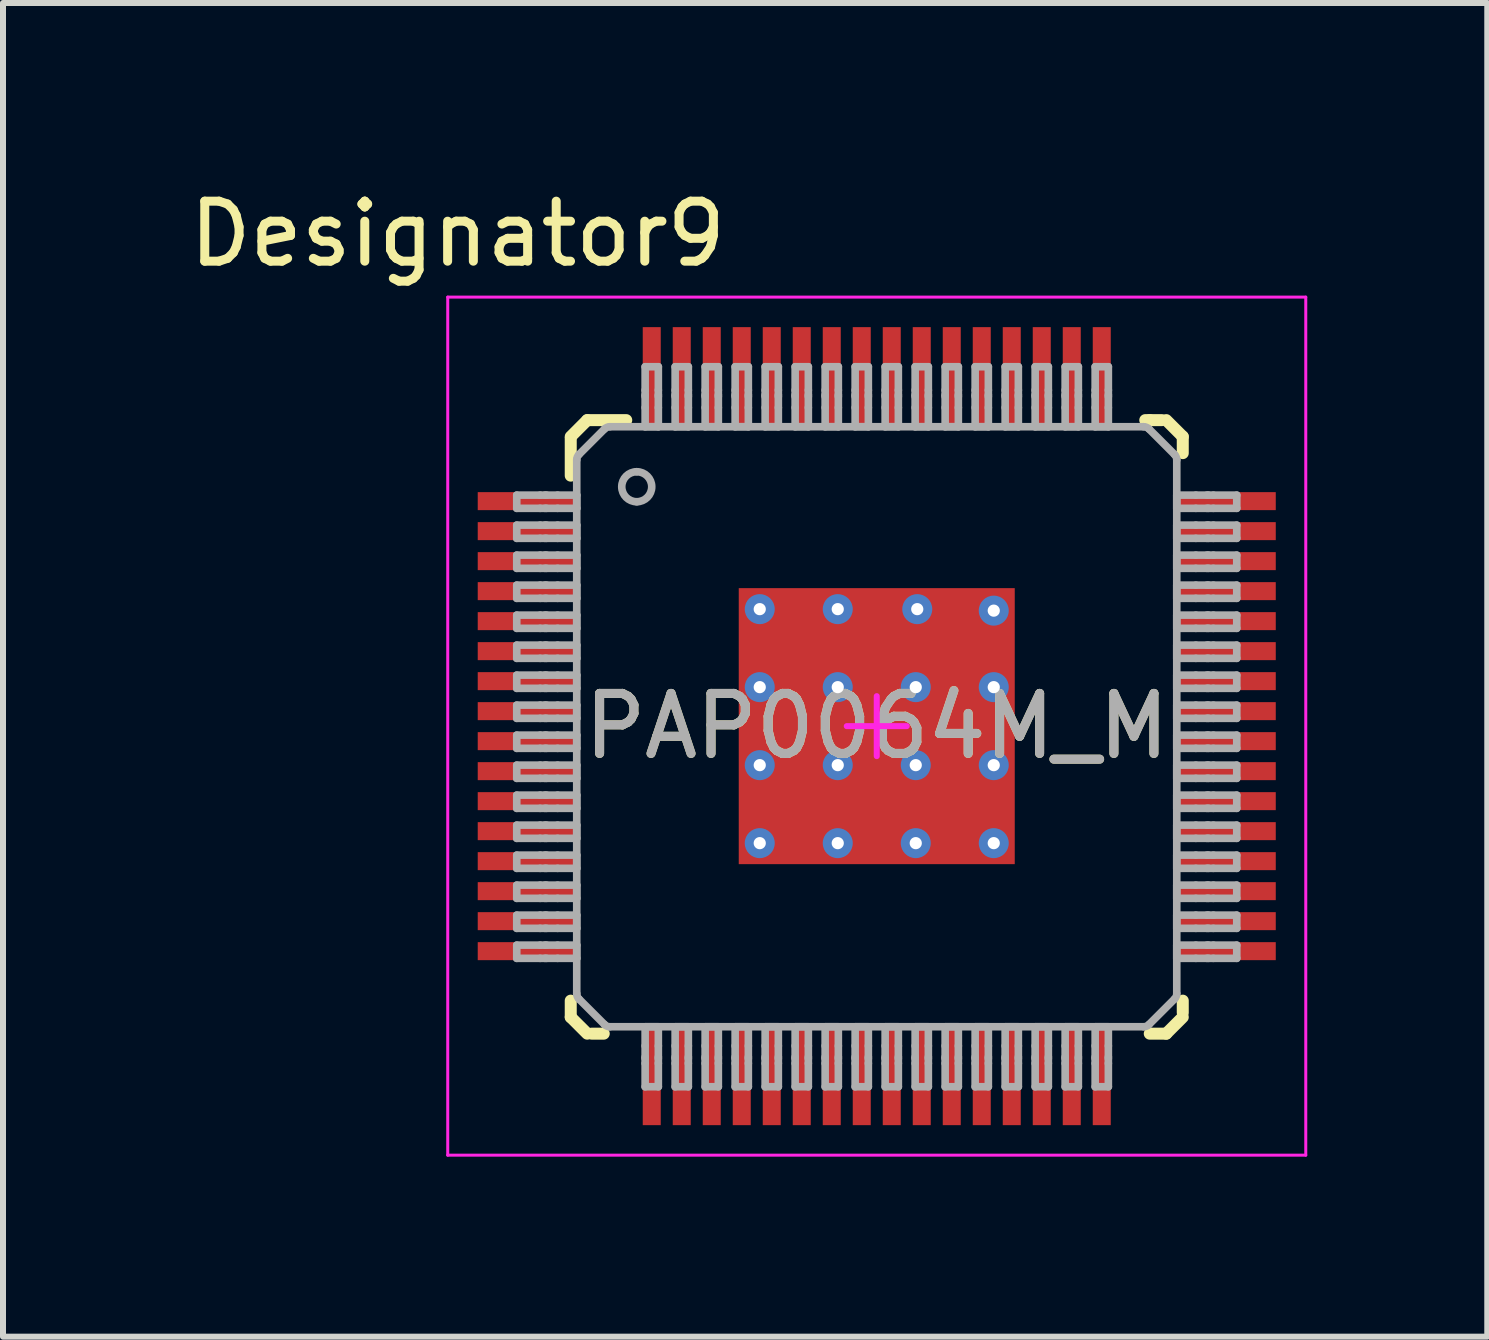
<source format=kicad_pcb>
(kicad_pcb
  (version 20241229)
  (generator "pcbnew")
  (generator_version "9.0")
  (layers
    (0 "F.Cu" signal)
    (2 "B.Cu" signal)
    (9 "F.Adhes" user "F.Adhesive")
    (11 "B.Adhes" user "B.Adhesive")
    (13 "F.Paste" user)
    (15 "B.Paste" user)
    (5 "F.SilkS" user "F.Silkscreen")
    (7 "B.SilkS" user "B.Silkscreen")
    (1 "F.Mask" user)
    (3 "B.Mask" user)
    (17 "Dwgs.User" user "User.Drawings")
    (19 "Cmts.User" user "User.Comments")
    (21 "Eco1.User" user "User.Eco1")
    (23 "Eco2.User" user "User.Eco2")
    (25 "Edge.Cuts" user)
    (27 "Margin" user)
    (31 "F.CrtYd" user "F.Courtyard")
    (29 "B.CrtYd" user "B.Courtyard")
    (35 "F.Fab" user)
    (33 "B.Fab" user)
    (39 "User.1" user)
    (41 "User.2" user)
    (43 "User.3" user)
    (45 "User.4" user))
  (footprint "PAP0064M_M"
    (layer "F.Cu")
    (at 11.562 9.052)
    (property "Reference" "PAP0064M_M" (at 0 0 0) (unlocked yes) (layer "F.SilkS") (effects (font (size 1 1) (thickness 0.15))))
    (attr smd)
    (fp_line (start -5.1 -4.825) (end -4.825 -5.1) (stroke (width 0.2) (type solid)) (layer "F.SilkS"))
    (fp_line (start -5.1 -4.175) (end -5.1 -4.8) (stroke (width 0.2) (type solid)) (layer "F.SilkS"))
    (fp_line (start -5.1 4.85) (end -5.1 4.575) (stroke (width 0.2) (type solid)) (layer "F.SilkS"))
    (fp_line (start -5.1 4.85) (end -4.825 5.125) (stroke (width 0.2) (type solid)) (layer "F.SilkS"))
    (fp_line (start -4.825 -5.1) (end -4.175 -5.1) (stroke (width 0.2) (type solid)) (layer "F.SilkS"))
    (fp_line (start -4.75 5.125) (end -4.55 5.125) (stroke (width 0.2) (type solid)) (layer "F.SilkS"))
    (fp_line (start 4.475 -5.1) (end 4.55 -5.1) (stroke (width 0.2) (type solid)) (layer "F.SilkS"))
    (fp_line (start 4.55 -5.1) (end 4.75 -5.1) (stroke (width 0.2) (type solid)) (layer "F.SilkS"))
    (fp_line (start 4.55 5.125) (end 4.825 5.125) (stroke (width 0.2) (type solid)) (layer "F.SilkS"))
    (fp_line (start 4.825 -5.1) (end 5.1 -4.825) (stroke (width 0.2) (type solid)) (layer "F.SilkS"))
    (fp_line (start 4.825 5.125) (end 5.1 4.85) (stroke (width 0.2) (type solid)) (layer "F.SilkS"))
    (fp_line (start 5.1 -4.55) (end 5.1 -4.825) (stroke (width 0.2) (type solid)) (layer "F.SilkS"))
    (fp_line (start 5.1 4.775) (end 5.1 4.575) (stroke (width 0.2) (type solid)) (layer "F.SilkS"))
    (fp_line (start -7.15 -7.15) (end 7.15 -7.15) (stroke (width 0.05) (type solid)) (layer "F.CrtYd"))
    (fp_line (start -7.15 7.15) (end -7.15 -7.15) (stroke (width 0.05) (type solid)) (layer "F.CrtYd"))
    (fp_line (start -7.15 7.15) (end 7.15 7.15) (stroke (width 0.05) (type solid)) (layer "F.CrtYd"))
    (fp_line (start -0.5 0) (end 0.5 0) (stroke (width 0.1) (type solid)) (layer "F.CrtYd"))
    (fp_line (start 0 0.5) (end 0 -0.5) (stroke (width 0.1) (type solid)) (layer "F.CrtYd"))
    (fp_line (start 7.15 7.15) (end 7.15 -7.15) (stroke (width 0.05) (type solid)) (layer "F.CrtYd"))
    (fp_line (start -6 -3.85) (end -5.61 -3.85) (stroke (width 0.127) (type solid)) (layer "F.Fab"))
    (fp_line (start -6 -3.63) (end -6 -3.85) (stroke (width 0.127) (type solid)) (layer "F.Fab"))
    (fp_line (start -6 -3.63) (end -5.61 -3.63) (stroke (width 0.127) (type solid)) (layer "F.Fab"))
    (fp_line (start -6 -3.35) (end -5.61 -3.35) (stroke (width 0.127) (type solid)) (layer "F.Fab"))
    (fp_line (start -6 -3.13) (end -6 -3.35) (stroke (width 0.127) (type solid)) (layer "F.Fab"))
    (fp_line (start -6 -3.13) (end -5.61 -3.13) (stroke (width 0.127) (type solid)) (layer "F.Fab"))
    (fp_line (start -6 -2.85) (end -5.61 -2.85) (stroke (width 0.127) (type solid)) (layer "F.Fab"))
    (fp_line (start -6 -2.63) (end -6 -2.85) (stroke (width 0.127) (type solid)) (layer "F.Fab"))
    (fp_line (start -6 -2.63) (end -5.61 -2.63) (stroke (width 0.127) (type solid)) (layer "F.Fab"))
    (fp_line (start -6 -2.35) (end -5.61 -2.35) (stroke (width 0.127) (type solid)) (layer "F.Fab"))
    (fp_line (start -6 -2.13) (end -6 -2.35) (stroke (width 0.127) (type solid)) (layer "F.Fab"))
    (fp_line (start -6 -2.13) (end -5.61 -2.13) (stroke (width 0.127) (type solid)) (layer "F.Fab"))
    (fp_line (start -6 -1.85) (end -5.61 -1.85) (stroke (width 0.127) (type solid)) (layer "F.Fab"))
    (fp_line (start -6 -1.63) (end -6 -1.85) (stroke (width 0.127) (type solid)) (layer "F.Fab"))
    (fp_line (start -6 -1.63) (end -5.61 -1.63) (stroke (width 0.127) (type solid)) (layer "F.Fab"))
    (fp_line (start -6 -1.35) (end -5.61 -1.35) (stroke (width 0.127) (type solid)) (layer "F.Fab"))
    (fp_line (start -6 -1.13) (end -6 -1.35) (stroke (width 0.127) (type solid)) (layer "F.Fab"))
    (fp_line (start -6 -1.13) (end -5.61 -1.13) (stroke (width 0.127) (type solid)) (layer "F.Fab"))
    (fp_line (start -6 -0.85) (end -5.61 -0.85) (stroke (width 0.127) (type solid)) (layer "F.Fab"))
    (fp_line (start -6 -0.63) (end -6 -0.85) (stroke (width 0.127) (type solid)) (layer "F.Fab"))
    (fp_line (start -6 -0.63) (end -5.61 -0.63) (stroke (width 0.127) (type solid)) (layer "F.Fab"))
    (fp_line (start -6 -0.35) (end -5.61 -0.35) (stroke (width 0.127) (type solid)) (layer "F.Fab"))
    (fp_line (start -6 -0.13) (end -6 -0.35) (stroke (width 0.127) (type solid)) (layer "F.Fab"))
    (fp_line (start -6 -0.13) (end -5.61 -0.13) (stroke (width 0.127) (type solid)) (layer "F.Fab"))
    (fp_line (start -6 0.15) (end -5.61 0.15) (stroke (width 0.127) (type solid)) (layer "F.Fab"))
    (fp_line (start -6 0.37) (end -6 0.15) (stroke (width 0.127) (type solid)) (layer "F.Fab"))
    (fp_line (start -6 0.37) (end -5.61 0.37) (stroke (width 0.127) (type solid)) (layer "F.Fab"))
    (fp_line (start -6 0.65) (end -5.61 0.65) (stroke (width 0.127) (type solid)) (layer "F.Fab"))
    (fp_line (start -6 0.87) (end -6 0.65) (stroke (width 0.127) (type solid)) (layer "F.Fab"))
    (fp_line (start -6 0.87) (end -5.61 0.87) (stroke (width 0.127) (type solid)) (layer "F.Fab"))
    (fp_line (start -6 1.15) (end -5.61 1.15) (stroke (width 0.127) (type solid)) (layer "F.Fab"))
    (fp_line (start -6 1.37) (end -6 1.15) (stroke (width 0.127) (type solid)) (layer "F.Fab"))
    (fp_line (start -6 1.37) (end -5.61 1.37) (stroke (width 0.127) (type solid)) (layer "F.Fab"))
    (fp_line (start -6 1.65) (end -5.61 1.65) (stroke (width 0.127) (type solid)) (layer "F.Fab"))
    (fp_line (start -6 1.87) (end -6 1.65) (stroke (width 0.127) (type solid)) (layer "F.Fab"))
    (fp_line (start -6 1.87) (end -5.61 1.87) (stroke (width 0.127) (type solid)) (layer "F.Fab"))
    (fp_line (start -6 2.15) (end -5.61 2.15) (stroke (width 0.127) (type solid)) (layer "F.Fab"))
    (fp_line (start -6 2.37) (end -6 2.15) (stroke (width 0.127) (type solid)) (layer "F.Fab"))
    (fp_line (start -6 2.37) (end -5.61 2.37) (stroke (width 0.127) (type solid)) (layer "F.Fab"))
    (fp_line (start -6 2.65) (end -5.61 2.65) (stroke (width 0.127) (type solid)) (layer "F.Fab"))
    (fp_line (start -6 2.87) (end -6 2.65) (stroke (width 0.127) (type solid)) (layer "F.Fab"))
    (fp_line (start -6 2.87) (end -5.61 2.87) (stroke (width 0.127) (type solid)) (layer "F.Fab"))
    (fp_line (start -6 3.15) (end -5.61 3.15) (stroke (width 0.127) (type solid)) (layer "F.Fab"))
    (fp_line (start -6 3.37) (end -6 3.15) (stroke (width 0.127) (type solid)) (layer "F.Fab"))
    (fp_line (start -6 3.37) (end -5.61 3.37) (stroke (width 0.127) (type solid)) (layer "F.Fab"))
    (fp_line (start -6 3.65) (end -5.61 3.65) (stroke (width 0.127) (type solid)) (layer "F.Fab"))
    (fp_line (start -6 3.87) (end -6 3.65) (stroke (width 0.127) (type solid)) (layer "F.Fab"))
    (fp_line (start -6 3.87) (end -5.61 3.87) (stroke (width 0.127) (type solid)) (layer "F.Fab"))
    (fp_line (start -5.61 -3.85) (end -5.53 -3.85) (stroke (width 0.127) (type solid)) (layer "F.Fab"))
    (fp_line (start -5.61 -3.63) (end -5.53 -3.63) (stroke (width 0.127) (type solid)) (layer "F.Fab"))
    (fp_line (start -5.61 -3.35) (end -5.53 -3.35) (stroke (width 0.127) (type solid)) (layer "F.Fab"))
    (fp_line (start -5.61 -3.13) (end -5.53 -3.13) (stroke (width 0.127) (type solid)) (layer "F.Fab"))
    (fp_line (start -5.61 -2.85) (end -5.53 -2.85) (stroke (width 0.127) (type solid)) (layer "F.Fab"))
    (fp_line (start -5.61 -2.63) (end -5.53 -2.63) (stroke (width 0.127) (type solid)) (layer "F.Fab"))
    (fp_line (start -5.61 -2.35) (end -5.53 -2.35) (stroke (width 0.127) (type solid)) (layer "F.Fab"))
    (fp_line (start -5.61 -2.13) (end -5.53 -2.13) (stroke (width 0.127) (type solid)) (layer "F.Fab"))
    (fp_line (start -5.61 -1.85) (end -5.53 -1.85) (stroke (width 0.127) (type solid)) (layer "F.Fab"))
    (fp_line (start -5.61 -1.63) (end -5.53 -1.63) (stroke (width 0.127) (type solid)) (layer "F.Fab"))
    (fp_line (start -5.61 -1.35) (end -5.53 -1.35) (stroke (width 0.127) (type solid)) (layer "F.Fab"))
    (fp_line (start -5.61 -1.13) (end -5.53 -1.13) (stroke (width 0.127) (type solid)) (layer "F.Fab"))
    (fp_line (start -5.61 -0.85) (end -5.53 -0.85) (stroke (width 0.127) (type solid)) (layer "F.Fab"))
    (fp_line (start -5.61 -0.63) (end -5.53 -0.63) (stroke (width 0.127) (type solid)) (layer "F.Fab"))
    (fp_line (start -5.61 -0.35) (end -5.53 -0.35) (stroke (width 0.127) (type solid)) (layer "F.Fab"))
    (fp_line (start -5.61 -0.13) (end -5.53 -0.13) (stroke (width 0.127) (type solid)) (layer "F.Fab"))
    (fp_line (start -5.61 0.15) (end -5.53 0.15) (stroke (width 0.127) (type solid)) (layer "F.Fab"))
    (fp_line (start -5.61 0.37) (end -5.53 0.37) (stroke (width 0.127) (type solid)) (layer "F.Fab"))
    (fp_line (start -5.61 0.65) (end -5.53 0.65) (stroke (width 0.127) (type solid)) (layer "F.Fab"))
    (fp_line (start -5.61 0.87) (end -5.53 0.87) (stroke (width 0.127) (type solid)) (layer "F.Fab"))
    (fp_line (start -5.61 1.15) (end -5.53 1.15) (stroke (width 0.127) (type solid)) (layer "F.Fab"))
    (fp_line (start -5.61 1.37) (end -5.53 1.37) (stroke (width 0.127) (type solid)) (layer "F.Fab"))
    (fp_line (start -5.61 1.65) (end -5.53 1.65) (stroke (width 0.127) (type solid)) (layer "F.Fab"))
    (fp_line (start -5.61 1.87) (end -5.53 1.87) (stroke (width 0.127) (type solid)) (layer "F.Fab"))
    (fp_line (start -5.61 2.15) (end -5.53 2.15) (stroke (width 0.127) (type solid)) (layer "F.Fab"))
    (fp_line (start -5.61 2.37) (end -5.53 2.37) (stroke (width 0.127) (type solid)) (layer "F.Fab"))
    (fp_line (start -5.61 2.65) (end -5.53 2.65) (stroke (width 0.127) (type solid)) (layer "F.Fab"))
    (fp_line (start -5.61 2.87) (end -5.53 2.87) (stroke (width 0.127) (type solid)) (layer "F.Fab"))
    (fp_line (start -5.61 3.15) (end -5.53 3.15) (stroke (width 0.127) (type solid)) (layer "F.Fab"))
    (fp_line (start -5.61 3.37) (end -5.53 3.37) (stroke (width 0.127) (type solid)) (layer "F.Fab"))
    (fp_line (start -5.61 3.65) (end -5.53 3.65) (stroke (width 0.127) (type solid)) (layer "F.Fab"))
    (fp_line (start -5.61 3.87) (end -5.53 3.87) (stroke (width 0.127) (type solid)) (layer "F.Fab"))
    (fp_line (start -5.53 -3.85) (end -5.503 -3.85) (stroke (width 0.127) (type solid)) (layer "F.Fab"))
    (fp_line (start -5.53 -3.63) (end -5.503 -3.63) (stroke (width 0.127) (type solid)) (layer "F.Fab"))
    (fp_line (start -5.53 -3.35) (end -5.503 -3.35) (stroke (width 0.127) (type solid)) (layer "F.Fab"))
    (fp_line (start -5.53 -3.13) (end -5.503 -3.13) (stroke (width 0.127) (type solid)) (layer "F.Fab"))
    (fp_line (start -5.53 -2.85) (end -5.503 -2.85) (stroke (width 0.127) (type solid)) (layer "F.Fab"))
    (fp_line (start -5.53 -2.63) (end -5.503 -2.63) (stroke (width 0.127) (type solid)) (layer "F.Fab"))
    (fp_line (start -5.53 -2.35) (end -5.503 -2.35) (stroke (width 0.127) (type solid)) (layer "F.Fab"))
    (fp_line (start -5.53 -2.13) (end -5.503 -2.13) (stroke (width 0.127) (type solid)) (layer "F.Fab"))
    (fp_line (start -5.53 -1.85) (end -5.503 -1.85) (stroke (width 0.127) (type solid)) (layer "F.Fab"))
    (fp_line (start -5.53 -1.63) (end -5.503 -1.63) (stroke (width 0.127) (type solid)) (layer "F.Fab"))
    (fp_line (start -5.53 -1.35) (end -5.503 -1.35) (stroke (width 0.127) (type solid)) (layer "F.Fab"))
    (fp_line (start -5.53 -1.13) (end -5.503 -1.13) (stroke (width 0.127) (type solid)) (layer "F.Fab"))
    (fp_line (start -5.53 -0.85) (end -5.503 -0.85) (stroke (width 0.127) (type solid)) (layer "F.Fab"))
    (fp_line (start -5.53 -0.63) (end -5.503 -0.63) (stroke (width 0.127) (type solid)) (layer "F.Fab"))
    (fp_line (start -5.53 -0.35) (end -5.503 -0.35) (stroke (width 0.127) (type solid)) (layer "F.Fab"))
    (fp_line (start -5.53 -0.13) (end -5.503 -0.13) (stroke (width 0.127) (type solid)) (layer "F.Fab"))
    (fp_line (start -5.53 0.15) (end -5.503 0.15) (stroke (width 0.127) (type solid)) (layer "F.Fab"))
    (fp_line (start -5.53 0.37) (end -5.503 0.37) (stroke (width 0.127) (type solid)) (layer "F.Fab"))
    (fp_line (start -5.53 0.65) (end -5.503 0.65) (stroke (width 0.127) (type solid)) (layer "F.Fab"))
    (fp_line (start -5.53 0.87) (end -5.503 0.87) (stroke (width 0.127) (type solid)) (layer "F.Fab"))
    (fp_line (start -5.53 1.15) (end -5.503 1.15) (stroke (width 0.127) (type solid)) (layer "F.Fab"))
    (fp_line (start -5.53 1.37) (end -5.503 1.37) (stroke (width 0.127) (type solid)) (layer "F.Fab"))
    (fp_line (start -5.53 1.65) (end -5.503 1.65) (stroke (width 0.127) (type solid)) (layer "F.Fab"))
    (fp_line (start -5.53 1.87) (end -5.503 1.87) (stroke (width 0.127) (type solid)) (layer "F.Fab"))
    (fp_line (start -5.53 2.15) (end -5.503 2.15) (stroke (width 0.127) (type solid)) (layer "F.Fab"))
    (fp_line (start -5.53 2.37) (end -5.503 2.37) (stroke (width 0.127) (type solid)) (layer "F.Fab"))
    (fp_line (start -5.53 2.65) (end -5.503 2.65) (stroke (width 0.127) (type solid)) (layer "F.Fab"))
    (fp_line (start -5.53 2.87) (end -5.503 2.87) (stroke (width 0.127) (type solid)) (layer "F.Fab"))
    (fp_line (start -5.53 3.15) (end -5.503 3.15) (stroke (width 0.127) (type solid)) (layer "F.Fab"))
    (fp_line (start -5.53 3.37) (end -5.503 3.37) (stroke (width 0.127) (type solid)) (layer "F.Fab"))
    (fp_line (start -5.53 3.65) (end -5.503 3.65) (stroke (width 0.127) (type solid)) (layer "F.Fab"))
    (fp_line (start -5.53 3.87) (end -5.503 3.87) (stroke (width 0.127) (type solid)) (layer "F.Fab"))
    (fp_line (start -5.503 -3.85) (end -5.319 -3.85) (stroke (width 0.127) (type solid)) (layer "F.Fab"))
    (fp_line (start -5.503 -3.63) (end -5.319 -3.63) (stroke (width 0.127) (type solid)) (layer "F.Fab"))
    (fp_line (start -5.503 -3.35) (end -5.319 -3.35) (stroke (width 0.127) (type solid)) (layer "F.Fab"))
    (fp_line (start -5.503 -3.13) (end -5.319 -3.13) (stroke (width 0.127) (type solid)) (layer "F.Fab"))
    (fp_line (start -5.503 -2.85) (end -5.319 -2.85) (stroke (width 0.127) (type solid)) (layer "F.Fab"))
    (fp_line (start -5.503 -2.63) (end -5.319 -2.63) (stroke (width 0.127) (type solid)) (layer "F.Fab"))
    (fp_line (start -5.503 -2.35) (end -5.319 -2.35) (stroke (width 0.127) (type solid)) (layer "F.Fab"))
    (fp_line (start -5.503 -2.13) (end -5.319 -2.13) (stroke (width 0.127) (type solid)) (layer "F.Fab"))
    (fp_line (start -5.503 -1.85) (end -5.319 -1.85) (stroke (width 0.127) (type solid)) (layer "F.Fab"))
    (fp_line (start -5.503 -1.63) (end -5.319 -1.63) (stroke (width 0.127) (type solid)) (layer "F.Fab"))
    (fp_line (start -5.503 -1.35) (end -5.319 -1.35) (stroke (width 0.127) (type solid)) (layer "F.Fab"))
    (fp_line (start -5.503 -1.13) (end -5.319 -1.13) (stroke (width 0.127) (type solid)) (layer "F.Fab"))
    (fp_line (start -5.503 -0.85) (end -5.319 -0.85) (stroke (width 0.127) (type solid)) (layer "F.Fab"))
    (fp_line (start -5.503 -0.63) (end -5.319 -0.63) (stroke (width 0.127) (type solid)) (layer "F.Fab"))
    (fp_line (start -5.503 -0.35) (end -5.319 -0.35) (stroke (width 0.127) (type solid)) (layer "F.Fab"))
    (fp_line (start -5.503 -0.13) (end -5.319 -0.13) (stroke (width 0.127) (type solid)) (layer "F.Fab"))
    (fp_line (start -5.503 0.15) (end -5.319 0.15) (stroke (width 0.127) (type solid)) (layer "F.Fab"))
    (fp_line (start -5.503 0.37) (end -5.319 0.37) (stroke (width 0.127) (type solid)) (layer "F.Fab"))
    (fp_line (start -5.503 0.65) (end -5.319 0.65) (stroke (width 0.127) (type solid)) (layer "F.Fab"))
    (fp_line (start -5.503 0.87) (end -5.319 0.87) (stroke (width 0.127) (type solid)) (layer "F.Fab"))
    (fp_line (start -5.503 1.15) (end -5.319 1.15) (stroke (width 0.127) (type solid)) (layer "F.Fab"))
    (fp_line (start -5.503 1.37) (end -5.319 1.37) (stroke (width 0.127) (type solid)) (layer "F.Fab"))
    (fp_line (start -5.503 1.65) (end -5.319 1.65) (stroke (width 0.127) (type solid)) (layer "F.Fab"))
    (fp_line (start -5.503 1.87) (end -5.319 1.87) (stroke (width 0.127) (type solid)) (layer "F.Fab"))
    (fp_line (start -5.503 2.15) (end -5.319 2.15) (stroke (width 0.127) (type solid)) (layer "F.Fab"))
    (fp_line (start -5.503 2.37) (end -5.319 2.37) (stroke (width 0.127) (type solid)) (layer "F.Fab"))
    (fp_line (start -5.503 2.65) (end -5.319 2.65) (stroke (width 0.127) (type solid)) (layer "F.Fab"))
    (fp_line (start -5.503 2.87) (end -5.319 2.87) (stroke (width 0.127) (type solid)) (layer "F.Fab"))
    (fp_line (start -5.503 3.15) (end -5.319 3.15) (stroke (width 0.127) (type solid)) (layer "F.Fab"))
    (fp_line (start -5.503 3.37) (end -5.319 3.37) (stroke (width 0.127) (type solid)) (layer "F.Fab"))
    (fp_line (start -5.503 3.65) (end -5.319 3.65) (stroke (width 0.127) (type solid)) (layer "F.Fab"))
    (fp_line (start -5.503 3.87) (end -5.319 3.87) (stroke (width 0.127) (type solid)) (layer "F.Fab"))
    (fp_line (start -5.319 -3.85) (end -5 -3.85) (stroke (width 0.127) (type solid)) (layer "F.Fab"))
    (fp_line (start -5.319 -3.63) (end -5 -3.63) (stroke (width 0.127) (type solid)) (layer "F.Fab"))
    (fp_line (start -5.319 -3.35) (end -5 -3.35) (stroke (width 0.127) (type solid)) (layer "F.Fab"))
    (fp_line (start -5.319 -3.13) (end -5 -3.13) (stroke (width 0.127) (type solid)) (layer "F.Fab"))
    (fp_line (start -5.319 -2.85) (end -5 -2.85) (stroke (width 0.127) (type solid)) (layer "F.Fab"))
    (fp_line (start -5.319 -2.63) (end -5 -2.63) (stroke (width 0.127) (type solid)) (layer "F.Fab"))
    (fp_line (start -5.319 -2.35) (end -5 -2.35) (stroke (width 0.127) (type solid)) (layer "F.Fab"))
    (fp_line (start -5.319 -2.13) (end -5 -2.13) (stroke (width 0.127) (type solid)) (layer "F.Fab"))
    (fp_line (start -5.319 -1.85) (end -5 -1.85) (stroke (width 0.127) (type solid)) (layer "F.Fab"))
    (fp_line (start -5.319 -1.63) (end -5 -1.63) (stroke (width 0.127) (type solid)) (layer "F.Fab"))
    (fp_line (start -5.319 -1.35) (end -5 -1.35) (stroke (width 0.127) (type solid)) (layer "F.Fab"))
    (fp_line (start -5.319 -1.13) (end -5 -1.13) (stroke (width 0.127) (type solid)) (layer "F.Fab"))
    (fp_line (start -5.319 -0.85) (end -5 -0.85) (stroke (width 0.127) (type solid)) (layer "F.Fab"))
    (fp_line (start -5.319 -0.63) (end -5 -0.63) (stroke (width 0.127) (type solid)) (layer "F.Fab"))
    (fp_line (start -5.319 -0.35) (end -5 -0.35) (stroke (width 0.127) (type solid)) (layer "F.Fab"))
    (fp_line (start -5.319 -0.13) (end -5 -0.13) (stroke (width 0.127) (type solid)) (layer "F.Fab"))
    (fp_line (start -5.319 0.15) (end -5 0.15) (stroke (width 0.127) (type solid)) (layer "F.Fab"))
    (fp_line (start -5.319 0.37) (end -5 0.37) (stroke (width 0.127) (type solid)) (layer "F.Fab"))
    (fp_line (start -5.319 0.65) (end -5 0.65) (stroke (width 0.127) (type solid)) (layer "F.Fab"))
    (fp_line (start -5.319 0.87) (end -5 0.87) (stroke (width 0.127) (type solid)) (layer "F.Fab"))
    (fp_line (start -5.319 1.15) (end -5 1.15) (stroke (width 0.127) (type solid)) (layer "F.Fab"))
    (fp_line (start -5.319 1.37) (end -5 1.37) (stroke (width 0.127) (type solid)) (layer "F.Fab"))
    (fp_line (start -5.319 1.65) (end -5 1.65) (stroke (width 0.127) (type solid)) (layer "F.Fab"))
    (fp_line (start -5.319 1.87) (end -5 1.87) (stroke (width 0.127) (type solid)) (layer "F.Fab"))
    (fp_line (start -5.319 2.15) (end -5 2.15) (stroke (width 0.127) (type solid)) (layer "F.Fab"))
    (fp_line (start -5.319 2.37) (end -5 2.37) (stroke (width 0.127) (type solid)) (layer "F.Fab"))
    (fp_line (start -5.319 2.65) (end -5 2.65) (stroke (width 0.127) (type solid)) (layer "F.Fab"))
    (fp_line (start -5.319 2.87) (end -5 2.87) (stroke (width 0.127) (type solid)) (layer "F.Fab"))
    (fp_line (start -5.319 3.15) (end -5 3.15) (stroke (width 0.127) (type solid)) (layer "F.Fab"))
    (fp_line (start -5.319 3.37) (end -5 3.37) (stroke (width 0.127) (type solid)) (layer "F.Fab"))
    (fp_line (start -5.319 3.65) (end -5 3.65) (stroke (width 0.127) (type solid)) (layer "F.Fab"))
    (fp_line (start -5.319 3.87) (end -5 3.87) (stroke (width 0.127) (type solid)) (layer "F.Fab"))
    (fp_line (start -5 -3.63) (end -5 -3.85) (stroke (width 0.127) (type solid)) (layer "F.Fab"))
    (fp_line (start -5 -3.13) (end -5 -3.35) (stroke (width 0.127) (type solid)) (layer "F.Fab"))
    (fp_line (start -5 -2.63) (end -5 -2.85) (stroke (width 0.127) (type solid)) (layer "F.Fab"))
    (fp_line (start -5 -2.13) (end -5 -2.35) (stroke (width 0.127) (type solid)) (layer "F.Fab"))
    (fp_line (start -5 -1.63) (end -5 -1.85) (stroke (width 0.127) (type solid)) (layer "F.Fab"))
    (fp_line (start -5 -1.13) (end -5 -1.35) (stroke (width 0.127) (type solid)) (layer "F.Fab"))
    (fp_line (start -5 -0.63) (end -5 -0.85) (stroke (width 0.127) (type solid)) (layer "F.Fab"))
    (fp_line (start -5 -0.13) (end -5 -0.35) (stroke (width 0.127) (type solid)) (layer "F.Fab"))
    (fp_line (start -5 0.37) (end -5 0.15) (stroke (width 0.127) (type solid)) (layer "F.Fab"))
    (fp_line (start -5 0.87) (end -5 0.65) (stroke (width 0.127) (type solid)) (layer "F.Fab"))
    (fp_line (start -5 1.37) (end -5 1.15) (stroke (width 0.127) (type solid)) (layer "F.Fab"))
    (fp_line (start -5 1.87) (end -5 1.65) (stroke (width 0.127) (type solid)) (layer "F.Fab"))
    (fp_line (start -5 2.37) (end -5 2.15) (stroke (width 0.127) (type solid)) (layer "F.Fab"))
    (fp_line (start -5 2.87) (end -5 2.65) (stroke (width 0.127) (type solid)) (layer "F.Fab"))
    (fp_line (start -5 3.37) (end -5 3.15) (stroke (width 0.127) (type solid)) (layer "F.Fab"))
    (fp_line (start -5 3.87) (end -5 3.65) (stroke (width 0.127) (type solid)) (layer "F.Fab"))
    (fp_line (start -5 4.458) (end -5 -4.438) (stroke (width 0.127) (type solid)) (layer "F.Fab"))
    (fp_line (start -4.963 -4.527) (end -4.537 -4.953) (stroke (width 0.127) (type solid)) (layer "F.Fab"))
    (fp_line (start -4.963 4.547) (end -4.537 4.973) (stroke (width 0.127) (type solid)) (layer "F.Fab"))
    (fp_line (start -4.448 -4.99) (end 4.448 -4.99) (stroke (width 0.127) (type solid)) (layer "F.Fab"))
    (fp_line (start -4.448 5.01) (end 4.448 5.01) (stroke (width 0.127) (type solid)) (layer "F.Fab"))
    (fp_line (start -3.86 -5.99) (end -3.64 -5.99) (stroke (width 0.127) (type solid)) (layer "F.Fab"))
    (fp_line (start -3.86 -5.6) (end -3.86 -5.99) (stroke (width 0.127) (type solid)) (layer "F.Fab"))
    (fp_line (start -3.86 -5.52) (end -3.86 -5.6) (stroke (width 0.127) (type solid)) (layer "F.Fab"))
    (fp_line (start -3.86 -5.493) (end -3.86 -5.52) (stroke (width 0.127) (type solid)) (layer "F.Fab"))
    (fp_line (start -3.86 -5.309) (end -3.86 -5.493) (stroke (width 0.127) (type solid)) (layer "F.Fab"))
    (fp_line (start -3.86 -4.99) (end -3.86 -5.309) (stroke (width 0.127) (type solid)) (layer "F.Fab"))
    (fp_line (start -3.86 -4.99) (end -3.64 -4.99) (stroke (width 0.127) (type solid)) (layer "F.Fab"))
    (fp_line (start -3.86 5.01) (end -3.64 5.01) (stroke (width 0.127) (type solid)) (layer "F.Fab"))
    (fp_line (start -3.86 5.329) (end -3.86 5.01) (stroke (width 0.127) (type solid)) (layer "F.Fab"))
    (fp_line (start -3.86 5.513) (end -3.86 5.329) (stroke (width 0.127) (type solid)) (layer "F.Fab"))
    (fp_line (start -3.86 5.54) (end -3.86 5.513) (stroke (width 0.127) (type solid)) (layer "F.Fab"))
    (fp_line (start -3.86 5.62) (end -3.86 5.54) (stroke (width 0.127) (type solid)) (layer "F.Fab"))
    (fp_line (start -3.86 6.01) (end -3.86 5.62) (stroke (width 0.127) (type solid)) (layer "F.Fab"))
    (fp_line (start -3.86 6.01) (end -3.64 6.01) (stroke (width 0.127) (type solid)) (layer "F.Fab"))
    (fp_line (start -3.64 -5.6) (end -3.64 -5.99) (stroke (width 0.127) (type solid)) (layer "F.Fab"))
    (fp_line (start -3.64 -5.52) (end -3.64 -5.6) (stroke (width 0.127) (type solid)) (layer "F.Fab"))
    (fp_line (start -3.64 -5.493) (end -3.64 -5.52) (stroke (width 0.127) (type solid)) (layer "F.Fab"))
    (fp_line (start -3.64 -5.309) (end -3.64 -5.493) (stroke (width 0.127) (type solid)) (layer "F.Fab"))
    (fp_line (start -3.64 -4.99) (end -3.64 -5.309) (stroke (width 0.127) (type solid)) (layer "F.Fab"))
    (fp_line (start -3.64 5.329) (end -3.64 5.01) (stroke (width 0.127) (type solid)) (layer "F.Fab"))
    (fp_line (start -3.64 5.513) (end -3.64 5.329) (stroke (width 0.127) (type solid)) (layer "F.Fab"))
    (fp_line (start -3.64 5.54) (end -3.64 5.513) (stroke (width 0.127) (type solid)) (layer "F.Fab"))
    (fp_line (start -3.64 5.62) (end -3.64 5.54) (stroke (width 0.127) (type solid)) (layer "F.Fab"))
    (fp_line (start -3.64 6.01) (end -3.64 5.62) (stroke (width 0.127) (type solid)) (layer "F.Fab"))
    (fp_line (start -3.36 -5.99) (end -3.14 -5.99) (stroke (width 0.127) (type solid)) (layer "F.Fab"))
    (fp_line (start -3.36 -5.6) (end -3.36 -5.99) (stroke (width 0.127) (type solid)) (layer "F.Fab"))
    (fp_line (start -3.36 -5.52) (end -3.36 -5.6) (stroke (width 0.127) (type solid)) (layer "F.Fab"))
    (fp_line (start -3.36 -5.493) (end -3.36 -5.52) (stroke (width 0.127) (type solid)) (layer "F.Fab"))
    (fp_line (start -3.36 -5.309) (end -3.36 -5.493) (stroke (width 0.127) (type solid)) (layer "F.Fab"))
    (fp_line (start -3.36 -4.99) (end -3.36 -5.309) (stroke (width 0.127) (type solid)) (layer "F.Fab"))
    (fp_line (start -3.36 -4.99) (end -3.14 -4.99) (stroke (width 0.127) (type solid)) (layer "F.Fab"))
    (fp_line (start -3.36 5.01) (end -3.14 5.01) (stroke (width 0.127) (type solid)) (layer "F.Fab"))
    (fp_line (start -3.36 5.329) (end -3.36 5.01) (stroke (width 0.127) (type solid)) (layer "F.Fab"))
    (fp_line (start -3.36 5.513) (end -3.36 5.329) (stroke (width 0.127) (type solid)) (layer "F.Fab"))
    (fp_line (start -3.36 5.54) (end -3.36 5.513) (stroke (width 0.127) (type solid)) (layer "F.Fab"))
    (fp_line (start -3.36 5.62) (end -3.36 5.54) (stroke (width 0.127) (type solid)) (layer "F.Fab"))
    (fp_line (start -3.36 6.01) (end -3.36 5.62) (stroke (width 0.127) (type solid)) (layer "F.Fab"))
    (fp_line (start -3.36 6.01) (end -3.14 6.01) (stroke (width 0.127) (type solid)) (layer "F.Fab"))
    (fp_line (start -3.14 -5.6) (end -3.14 -5.99) (stroke (width 0.127) (type solid)) (layer "F.Fab"))
    (fp_line (start -3.14 -5.52) (end -3.14 -5.6) (stroke (width 0.127) (type solid)) (layer "F.Fab"))
    (fp_line (start -3.14 -5.493) (end -3.14 -5.52) (stroke (width 0.127) (type solid)) (layer "F.Fab"))
    (fp_line (start -3.14 -5.309) (end -3.14 -5.493) (stroke (width 0.127) (type solid)) (layer "F.Fab"))
    (fp_line (start -3.14 -4.99) (end -3.14 -5.309) (stroke (width 0.127) (type solid)) (layer "F.Fab"))
    (fp_line (start -3.14 5.329) (end -3.14 5.01) (stroke (width 0.127) (type solid)) (layer "F.Fab"))
    (fp_line (start -3.14 5.513) (end -3.14 5.329) (stroke (width 0.127) (type solid)) (layer "F.Fab"))
    (fp_line (start -3.14 5.54) (end -3.14 5.513) (stroke (width 0.127) (type solid)) (layer "F.Fab"))
    (fp_line (start -3.14 5.62) (end -3.14 5.54) (stroke (width 0.127) (type solid)) (layer "F.Fab"))
    (fp_line (start -3.14 6.01) (end -3.14 5.62) (stroke (width 0.127) (type solid)) (layer "F.Fab"))
    (fp_line (start -2.86 -5.99) (end -2.64 -5.99) (stroke (width 0.127) (type solid)) (layer "F.Fab"))
    (fp_line (start -2.86 -5.6) (end -2.86 -5.99) (stroke (width 0.127) (type solid)) (layer "F.Fab"))
    (fp_line (start -2.86 -5.52) (end -2.86 -5.6) (stroke (width 0.127) (type solid)) (layer "F.Fab"))
    (fp_line (start -2.86 -5.493) (end -2.86 -5.52) (stroke (width 0.127) (type solid)) (layer "F.Fab"))
    (fp_line (start -2.86 -5.309) (end -2.86 -5.493) (stroke (width 0.127) (type solid)) (layer "F.Fab"))
    (fp_line (start -2.86 -4.99) (end -2.86 -5.309) (stroke (width 0.127) (type solid)) (layer "F.Fab"))
    (fp_line (start -2.86 -4.99) (end -2.64 -4.99) (stroke (width 0.127) (type solid)) (layer "F.Fab"))
    (fp_line (start -2.86 5.01) (end -2.64 5.01) (stroke (width 0.127) (type solid)) (layer "F.Fab"))
    (fp_line (start -2.86 5.329) (end -2.86 5.01) (stroke (width 0.127) (type solid)) (layer "F.Fab"))
    (fp_line (start -2.86 5.513) (end -2.86 5.329) (stroke (width 0.127) (type solid)) (layer "F.Fab"))
    (fp_line (start -2.86 5.54) (end -2.86 5.513) (stroke (width 0.127) (type solid)) (layer "F.Fab"))
    (fp_line (start -2.86 5.62) (end -2.86 5.54) (stroke (width 0.127) (type solid)) (layer "F.Fab"))
    (fp_line (start -2.86 6.01) (end -2.86 5.62) (stroke (width 0.127) (type solid)) (layer "F.Fab"))
    (fp_line (start -2.86 6.01) (end -2.64 6.01) (stroke (width 0.127) (type solid)) (layer "F.Fab"))
    (fp_line (start -2.64 -5.6) (end -2.64 -5.99) (stroke (width 0.127) (type solid)) (layer "F.Fab"))
    (fp_line (start -2.64 -5.52) (end -2.64 -5.6) (stroke (width 0.127) (type solid)) (layer "F.Fab"))
    (fp_line (start -2.64 -5.493) (end -2.64 -5.52) (stroke (width 0.127) (type solid)) (layer "F.Fab"))
    (fp_line (start -2.64 -5.309) (end -2.64 -5.493) (stroke (width 0.127) (type solid)) (layer "F.Fab"))
    (fp_line (start -2.64 -4.99) (end -2.64 -5.309) (stroke (width 0.127) (type solid)) (layer "F.Fab"))
    (fp_line (start -2.64 5.329) (end -2.64 5.01) (stroke (width 0.127) (type solid)) (layer "F.Fab"))
    (fp_line (start -2.64 5.513) (end -2.64 5.329) (stroke (width 0.127) (type solid)) (layer "F.Fab"))
    (fp_line (start -2.64 5.54) (end -2.64 5.513) (stroke (width 0.127) (type solid)) (layer "F.Fab"))
    (fp_line (start -2.64 5.62) (end -2.64 5.54) (stroke (width 0.127) (type solid)) (layer "F.Fab"))
    (fp_line (start -2.64 6.01) (end -2.64 5.62) (stroke (width 0.127) (type solid)) (layer "F.Fab"))
    (fp_line (start -2.36 -5.99) (end -2.14 -5.99) (stroke (width 0.127) (type solid)) (layer "F.Fab"))
    (fp_line (start -2.36 -5.6) (end -2.36 -5.99) (stroke (width 0.127) (type solid)) (layer "F.Fab"))
    (fp_line (start -2.36 -5.52) (end -2.36 -5.6) (stroke (width 0.127) (type solid)) (layer "F.Fab"))
    (fp_line (start -2.36 -5.493) (end -2.36 -5.52) (stroke (width 0.127) (type solid)) (layer "F.Fab"))
    (fp_line (start -2.36 -5.309) (end -2.36 -5.493) (stroke (width 0.127) (type solid)) (layer "F.Fab"))
    (fp_line (start -2.36 -4.99) (end -2.36 -5.309) (stroke (width 0.127) (type solid)) (layer "F.Fab"))
    (fp_line (start -2.36 -4.99) (end -2.14 -4.99) (stroke (width 0.127) (type solid)) (layer "F.Fab"))
    (fp_line (start -2.36 5.01) (end -2.14 5.01) (stroke (width 0.127) (type solid)) (layer "F.Fab"))
    (fp_line (start -2.36 5.329) (end -2.36 5.01) (stroke (width 0.127) (type solid)) (layer "F.Fab"))
    (fp_line (start -2.36 5.513) (end -2.36 5.329) (stroke (width 0.127) (type solid)) (layer "F.Fab"))
    (fp_line (start -2.36 5.54) (end -2.36 5.513) (stroke (width 0.127) (type solid)) (layer "F.Fab"))
    (fp_line (start -2.36 5.62) (end -2.36 5.54) (stroke (width 0.127) (type solid)) (layer "F.Fab"))
    (fp_line (start -2.36 6.01) (end -2.36 5.62) (stroke (width 0.127) (type solid)) (layer "F.Fab"))
    (fp_line (start -2.36 6.01) (end -2.14 6.01) (stroke (width 0.127) (type solid)) (layer "F.Fab"))
    (fp_line (start -2.14 -5.6) (end -2.14 -5.99) (stroke (width 0.127) (type solid)) (layer "F.Fab"))
    (fp_line (start -2.14 -5.52) (end -2.14 -5.6) (stroke (width 0.127) (type solid)) (layer "F.Fab"))
    (fp_line (start -2.14 -5.493) (end -2.14 -5.52) (stroke (width 0.127) (type solid)) (layer "F.Fab"))
    (fp_line (start -2.14 -5.309) (end -2.14 -5.493) (stroke (width 0.127) (type solid)) (layer "F.Fab"))
    (fp_line (start -2.14 -4.99) (end -2.14 -5.309) (stroke (width 0.127) (type solid)) (layer "F.Fab"))
    (fp_line (start -2.14 5.329) (end -2.14 5.01) (stroke (width 0.127) (type solid)) (layer "F.Fab"))
    (fp_line (start -2.14 5.513) (end -2.14 5.329) (stroke (width 0.127) (type solid)) (layer "F.Fab"))
    (fp_line (start -2.14 5.54) (end -2.14 5.513) (stroke (width 0.127) (type solid)) (layer "F.Fab"))
    (fp_line (start -2.14 5.62) (end -2.14 5.54) (stroke (width 0.127) (type solid)) (layer "F.Fab"))
    (fp_line (start -2.14 6.01) (end -2.14 5.62) (stroke (width 0.127) (type solid)) (layer "F.Fab"))
    (fp_line (start -1.86 -5.99) (end -1.64 -5.99) (stroke (width 0.127) (type solid)) (layer "F.Fab"))
    (fp_line (start -1.86 -5.6) (end -1.86 -5.99) (stroke (width 0.127) (type solid)) (layer "F.Fab"))
    (fp_line (start -1.86 -5.52) (end -1.86 -5.6) (stroke (width 0.127) (type solid)) (layer "F.Fab"))
    (fp_line (start -1.86 -5.493) (end -1.86 -5.52) (stroke (width 0.127) (type solid)) (layer "F.Fab"))
    (fp_line (start -1.86 -5.309) (end -1.86 -5.493) (stroke (width 0.127) (type solid)) (layer "F.Fab"))
    (fp_line (start -1.86 -4.99) (end -1.86 -5.309) (stroke (width 0.127) (type solid)) (layer "F.Fab"))
    (fp_line (start -1.86 -4.99) (end -1.64 -4.99) (stroke (width 0.127) (type solid)) (layer "F.Fab"))
    (fp_line (start -1.86 5.01) (end -1.64 5.01) (stroke (width 0.127) (type solid)) (layer "F.Fab"))
    (fp_line (start -1.86 5.329) (end -1.86 5.01) (stroke (width 0.127) (type solid)) (layer "F.Fab"))
    (fp_line (start -1.86 5.513) (end -1.86 5.329) (stroke (width 0.127) (type solid)) (layer "F.Fab"))
    (fp_line (start -1.86 5.54) (end -1.86 5.513) (stroke (width 0.127) (type solid)) (layer "F.Fab"))
    (fp_line (start -1.86 5.62) (end -1.86 5.54) (stroke (width 0.127) (type solid)) (layer "F.Fab"))
    (fp_line (start -1.86 6.01) (end -1.86 5.62) (stroke (width 0.127) (type solid)) (layer "F.Fab"))
    (fp_line (start -1.86 6.01) (end -1.64 6.01) (stroke (width 0.127) (type solid)) (layer "F.Fab"))
    (fp_line (start -1.64 -5.6) (end -1.64 -5.99) (stroke (width 0.127) (type solid)) (layer "F.Fab"))
    (fp_line (start -1.64 -5.52) (end -1.64 -5.6) (stroke (width 0.127) (type solid)) (layer "F.Fab"))
    (fp_line (start -1.64 -5.493) (end -1.64 -5.52) (stroke (width 0.127) (type solid)) (layer "F.Fab"))
    (fp_line (start -1.64 -5.309) (end -1.64 -5.493) (stroke (width 0.127) (type solid)) (layer "F.Fab"))
    (fp_line (start -1.64 -4.99) (end -1.64 -5.309) (stroke (width 0.127) (type solid)) (layer "F.Fab"))
    (fp_line (start -1.64 5.329) (end -1.64 5.01) (stroke (width 0.127) (type solid)) (layer "F.Fab"))
    (fp_line (start -1.64 5.513) (end -1.64 5.329) (stroke (width 0.127) (type solid)) (layer "F.Fab"))
    (fp_line (start -1.64 5.54) (end -1.64 5.513) (stroke (width 0.127) (type solid)) (layer "F.Fab"))
    (fp_line (start -1.64 5.62) (end -1.64 5.54) (stroke (width 0.127) (type solid)) (layer "F.Fab"))
    (fp_line (start -1.64 6.01) (end -1.64 5.62) (stroke (width 0.127) (type solid)) (layer "F.Fab"))
    (fp_line (start -1.36 -5.99) (end -1.14 -5.99) (stroke (width 0.127) (type solid)) (layer "F.Fab"))
    (fp_line (start -1.36 -5.6) (end -1.36 -5.99) (stroke (width 0.127) (type solid)) (layer "F.Fab"))
    (fp_line (start -1.36 -5.52) (end -1.36 -5.6) (stroke (width 0.127) (type solid)) (layer "F.Fab"))
    (fp_line (start -1.36 -5.493) (end -1.36 -5.52) (stroke (width 0.127) (type solid)) (layer "F.Fab"))
    (fp_line (start -1.36 -5.309) (end -1.36 -5.493) (stroke (width 0.127) (type solid)) (layer "F.Fab"))
    (fp_line (start -1.36 -4.99) (end -1.36 -5.309) (stroke (width 0.127) (type solid)) (layer "F.Fab"))
    (fp_line (start -1.36 -4.99) (end -1.14 -4.99) (stroke (width 0.127) (type solid)) (layer "F.Fab"))
    (fp_line (start -1.36 5.01) (end -1.14 5.01) (stroke (width 0.127) (type solid)) (layer "F.Fab"))
    (fp_line (start -1.36 5.329) (end -1.36 5.01) (stroke (width 0.127) (type solid)) (layer "F.Fab"))
    (fp_line (start -1.36 5.513) (end -1.36 5.329) (stroke (width 0.127) (type solid)) (layer "F.Fab"))
    (fp_line (start -1.36 5.54) (end -1.36 5.513) (stroke (width 0.127) (type solid)) (layer "F.Fab"))
    (fp_line (start -1.36 5.62) (end -1.36 5.54) (stroke (width 0.127) (type solid)) (layer "F.Fab"))
    (fp_line (start -1.36 6.01) (end -1.36 5.62) (stroke (width 0.127) (type solid)) (layer "F.Fab"))
    (fp_line (start -1.36 6.01) (end -1.14 6.01) (stroke (width 0.127) (type solid)) (layer "F.Fab"))
    (fp_line (start -1.14 -5.6) (end -1.14 -5.99) (stroke (width 0.127) (type solid)) (layer "F.Fab"))
    (fp_line (start -1.14 -5.52) (end -1.14 -5.6) (stroke (width 0.127) (type solid)) (layer "F.Fab"))
    (fp_line (start -1.14 -5.493) (end -1.14 -5.52) (stroke (width 0.127) (type solid)) (layer "F.Fab"))
    (fp_line (start -1.14 -5.309) (end -1.14 -5.493) (stroke (width 0.127) (type solid)) (layer "F.Fab"))
    (fp_line (start -1.14 -4.99) (end -1.14 -5.309) (stroke (width 0.127) (type solid)) (layer "F.Fab"))
    (fp_line (start -1.14 5.329) (end -1.14 5.01) (stroke (width 0.127) (type solid)) (layer "F.Fab"))
    (fp_line (start -1.14 5.513) (end -1.14 5.329) (stroke (width 0.127) (type solid)) (layer "F.Fab"))
    (fp_line (start -1.14 5.54) (end -1.14 5.513) (stroke (width 0.127) (type solid)) (layer "F.Fab"))
    (fp_line (start -1.14 5.62) (end -1.14 5.54) (stroke (width 0.127) (type solid)) (layer "F.Fab"))
    (fp_line (start -1.14 6.01) (end -1.14 5.62) (stroke (width 0.127) (type solid)) (layer "F.Fab"))
    (fp_line (start -0.86 -5.99) (end -0.64 -5.99) (stroke (width 0.127) (type solid)) (layer "F.Fab"))
    (fp_line (start -0.86 -5.6) (end -0.86 -5.99) (stroke (width 0.127) (type solid)) (layer "F.Fab"))
    (fp_line (start -0.86 -5.52) (end -0.86 -5.6) (stroke (width 0.127) (type solid)) (layer "F.Fab"))
    (fp_line (start -0.86 -5.493) (end -0.86 -5.52) (stroke (width 0.127) (type solid)) (layer "F.Fab"))
    (fp_line (start -0.86 -5.309) (end -0.86 -5.493) (stroke (width 0.127) (type solid)) (layer "F.Fab"))
    (fp_line (start -0.86 -4.99) (end -0.86 -5.309) (stroke (width 0.127) (type solid)) (layer "F.Fab"))
    (fp_line (start -0.86 -4.99) (end -0.64 -4.99) (stroke (width 0.127) (type solid)) (layer "F.Fab"))
    (fp_line (start -0.86 5.01) (end -0.64 5.01) (stroke (width 0.127) (type solid)) (layer "F.Fab"))
    (fp_line (start -0.86 5.329) (end -0.86 5.01) (stroke (width 0.127) (type solid)) (layer "F.Fab"))
    (fp_line (start -0.86 5.513) (end -0.86 5.329) (stroke (width 0.127) (type solid)) (layer "F.Fab"))
    (fp_line (start -0.86 5.54) (end -0.86 5.513) (stroke (width 0.127) (type solid)) (layer "F.Fab"))
    (fp_line (start -0.86 5.62) (end -0.86 5.54) (stroke (width 0.127) (type solid)) (layer "F.Fab"))
    (fp_line (start -0.86 6.01) (end -0.86 5.62) (stroke (width 0.127) (type solid)) (layer "F.Fab"))
    (fp_line (start -0.86 6.01) (end -0.64 6.01) (stroke (width 0.127) (type solid)) (layer "F.Fab"))
    (fp_line (start -0.64 -5.6) (end -0.64 -5.99) (stroke (width 0.127) (type solid)) (layer "F.Fab"))
    (fp_line (start -0.64 -5.52) (end -0.64 -5.6) (stroke (width 0.127) (type solid)) (layer "F.Fab"))
    (fp_line (start -0.64 -5.493) (end -0.64 -5.52) (stroke (width 0.127) (type solid)) (layer "F.Fab"))
    (fp_line (start -0.64 -5.309) (end -0.64 -5.493) (stroke (width 0.127) (type solid)) (layer "F.Fab"))
    (fp_line (start -0.64 -4.99) (end -0.64 -5.309) (stroke (width 0.127) (type solid)) (layer "F.Fab"))
    (fp_line (start -0.64 5.329) (end -0.64 5.01) (stroke (width 0.127) (type solid)) (layer "F.Fab"))
    (fp_line (start -0.64 5.513) (end -0.64 5.329) (stroke (width 0.127) (type solid)) (layer "F.Fab"))
    (fp_line (start -0.64 5.54) (end -0.64 5.513) (stroke (width 0.127) (type solid)) (layer "F.Fab"))
    (fp_line (start -0.64 5.62) (end -0.64 5.54) (stroke (width 0.127) (type solid)) (layer "F.Fab"))
    (fp_line (start -0.64 6.01) (end -0.64 5.62) (stroke (width 0.127) (type solid)) (layer "F.Fab"))
    (fp_line (start -0.36 -5.99) (end -0.14 -5.99) (stroke (width 0.127) (type solid)) (layer "F.Fab"))
    (fp_line (start -0.36 -5.6) (end -0.36 -5.99) (stroke (width 0.127) (type solid)) (layer "F.Fab"))
    (fp_line (start -0.36 -5.52) (end -0.36 -5.6) (stroke (width 0.127) (type solid)) (layer "F.Fab"))
    (fp_line (start -0.36 -5.493) (end -0.36 -5.52) (stroke (width 0.127) (type solid)) (layer "F.Fab"))
    (fp_line (start -0.36 -5.309) (end -0.36 -5.493) (stroke (width 0.127) (type solid)) (layer "F.Fab"))
    (fp_line (start -0.36 -4.99) (end -0.36 -5.309) (stroke (width 0.127) (type solid)) (layer "F.Fab"))
    (fp_line (start -0.36 -4.99) (end -0.14 -4.99) (stroke (width 0.127) (type solid)) (layer "F.Fab"))
    (fp_line (start -0.36 5.01) (end -0.14 5.01) (stroke (width 0.127) (type solid)) (layer "F.Fab"))
    (fp_line (start -0.36 5.329) (end -0.36 5.01) (stroke (width 0.127) (type solid)) (layer "F.Fab"))
    (fp_line (start -0.36 5.513) (end -0.36 5.329) (stroke (width 0.127) (type solid)) (layer "F.Fab"))
    (fp_line (start -0.36 5.54) (end -0.36 5.513) (stroke (width 0.127) (type solid)) (layer "F.Fab"))
    (fp_line (start -0.36 5.62) (end -0.36 5.54) (stroke (width 0.127) (type solid)) (layer "F.Fab"))
    (fp_line (start -0.36 6.01) (end -0.36 5.62) (stroke (width 0.127) (type solid)) (layer "F.Fab"))
    (fp_line (start -0.36 6.01) (end -0.14 6.01) (stroke (width 0.127) (type solid)) (layer "F.Fab"))
    (fp_line (start -0.14 -5.6) (end -0.14 -5.99) (stroke (width 0.127) (type solid)) (layer "F.Fab"))
    (fp_line (start -0.14 -5.52) (end -0.14 -5.6) (stroke (width 0.127) (type solid)) (layer "F.Fab"))
    (fp_line (start -0.14 -5.493) (end -0.14 -5.52) (stroke (width 0.127) (type solid)) (layer "F.Fab"))
    (fp_line (start -0.14 -5.309) (end -0.14 -5.493) (stroke (width 0.127) (type solid)) (layer "F.Fab"))
    (fp_line (start -0.14 -4.99) (end -0.14 -5.309) (stroke (width 0.127) (type solid)) (layer "F.Fab"))
    (fp_line (start -0.14 5.329) (end -0.14 5.01) (stroke (width 0.127) (type solid)) (layer "F.Fab"))
    (fp_line (start -0.14 5.513) (end -0.14 5.329) (stroke (width 0.127) (type solid)) (layer "F.Fab"))
    (fp_line (start -0.14 5.54) (end -0.14 5.513) (stroke (width 0.127) (type solid)) (layer "F.Fab"))
    (fp_line (start -0.14 5.62) (end -0.14 5.54) (stroke (width 0.127) (type solid)) (layer "F.Fab"))
    (fp_line (start -0.14 6.01) (end -0.14 5.62) (stroke (width 0.127) (type solid)) (layer "F.Fab"))
    (fp_line (start 0.14 -5.99) (end 0.36 -5.99) (stroke (width 0.127) (type solid)) (layer "F.Fab"))
    (fp_line (start 0.14 -5.6) (end 0.14 -5.99) (stroke (width 0.127) (type solid)) (layer "F.Fab"))
    (fp_line (start 0.14 -5.52) (end 0.14 -5.6) (stroke (width 0.127) (type solid)) (layer "F.Fab"))
    (fp_line (start 0.14 -5.493) (end 0.14 -5.52) (stroke (width 0.127) (type solid)) (layer "F.Fab"))
    (fp_line (start 0.14 -5.309) (end 0.14 -5.493) (stroke (width 0.127) (type solid)) (layer "F.Fab"))
    (fp_line (start 0.14 -4.99) (end 0.14 -5.309) (stroke (width 0.127) (type solid)) (layer "F.Fab"))
    (fp_line (start 0.14 -4.99) (end 0.36 -4.99) (stroke (width 0.127) (type solid)) (layer "F.Fab"))
    (fp_line (start 0.14 5.01) (end 0.36 5.01) (stroke (width 0.127) (type solid)) (layer "F.Fab"))
    (fp_line (start 0.14 5.329) (end 0.14 5.01) (stroke (width 0.127) (type solid)) (layer "F.Fab"))
    (fp_line (start 0.14 5.513) (end 0.14 5.329) (stroke (width 0.127) (type solid)) (layer "F.Fab"))
    (fp_line (start 0.14 5.54) (end 0.14 5.513) (stroke (width 0.127) (type solid)) (layer "F.Fab"))
    (fp_line (start 0.14 5.62) (end 0.14 5.54) (stroke (width 0.127) (type solid)) (layer "F.Fab"))
    (fp_line (start 0.14 6.01) (end 0.14 5.62) (stroke (width 0.127) (type solid)) (layer "F.Fab"))
    (fp_line (start 0.14 6.01) (end 0.36 6.01) (stroke (width 0.127) (type solid)) (layer "F.Fab"))
    (fp_line (start 0.36 -5.6) (end 0.36 -5.99) (stroke (width 0.127) (type solid)) (layer "F.Fab"))
    (fp_line (start 0.36 -5.52) (end 0.36 -5.6) (stroke (width 0.127) (type solid)) (layer "F.Fab"))
    (fp_line (start 0.36 -5.493) (end 0.36 -5.52) (stroke (width 0.127) (type solid)) (layer "F.Fab"))
    (fp_line (start 0.36 -5.309) (end 0.36 -5.493) (stroke (width 0.127) (type solid)) (layer "F.Fab"))
    (fp_line (start 0.36 -4.99) (end 0.36 -5.309) (stroke (width 0.127) (type solid)) (layer "F.Fab"))
    (fp_line (start 0.36 5.329) (end 0.36 5.01) (stroke (width 0.127) (type solid)) (layer "F.Fab"))
    (fp_line (start 0.36 5.513) (end 0.36 5.329) (stroke (width 0.127) (type solid)) (layer "F.Fab"))
    (fp_line (start 0.36 5.54) (end 0.36 5.513) (stroke (width 0.127) (type solid)) (layer "F.Fab"))
    (fp_line (start 0.36 5.62) (end 0.36 5.54) (stroke (width 0.127) (type solid)) (layer "F.Fab"))
    (fp_line (start 0.36 6.01) (end 0.36 5.62) (stroke (width 0.127) (type solid)) (layer "F.Fab"))
    (fp_line (start 0.64 -5.99) (end 0.86 -5.99) (stroke (width 0.127) (type solid)) (layer "F.Fab"))
    (fp_line (start 0.64 -5.6) (end 0.64 -5.99) (stroke (width 0.127) (type solid)) (layer "F.Fab"))
    (fp_line (start 0.64 -5.52) (end 0.64 -5.6) (stroke (width 0.127) (type solid)) (layer "F.Fab"))
    (fp_line (start 0.64 -5.493) (end 0.64 -5.52) (stroke (width 0.127) (type solid)) (layer "F.Fab"))
    (fp_line (start 0.64 -5.309) (end 0.64 -5.493) (stroke (width 0.127) (type solid)) (layer "F.Fab"))
    (fp_line (start 0.64 -4.99) (end 0.64 -5.309) (stroke (width 0.127) (type solid)) (layer "F.Fab"))
    (fp_line (start 0.64 -4.99) (end 0.86 -4.99) (stroke (width 0.127) (type solid)) (layer "F.Fab"))
    (fp_line (start 0.64 5.01) (end 0.86 5.01) (stroke (width 0.127) (type solid)) (layer "F.Fab"))
    (fp_line (start 0.64 5.329) (end 0.64 5.01) (stroke (width 0.127) (type solid)) (layer "F.Fab"))
    (fp_line (start 0.64 5.513) (end 0.64 5.329) (stroke (width 0.127) (type solid)) (layer "F.Fab"))
    (fp_line (start 0.64 5.54) (end 0.64 5.513) (stroke (width 0.127) (type solid)) (layer "F.Fab"))
    (fp_line (start 0.64 5.62) (end 0.64 5.54) (stroke (width 0.127) (type solid)) (layer "F.Fab"))
    (fp_line (start 0.64 6.01) (end 0.64 5.62) (stroke (width 0.127) (type solid)) (layer "F.Fab"))
    (fp_line (start 0.64 6.01) (end 0.86 6.01) (stroke (width 0.127) (type solid)) (layer "F.Fab"))
    (fp_line (start 0.86 -5.6) (end 0.86 -5.99) (stroke (width 0.127) (type solid)) (layer "F.Fab"))
    (fp_line (start 0.86 -5.52) (end 0.86 -5.6) (stroke (width 0.127) (type solid)) (layer "F.Fab"))
    (fp_line (start 0.86 -5.493) (end 0.86 -5.52) (stroke (width 0.127) (type solid)) (layer "F.Fab"))
    (fp_line (start 0.86 -5.309) (end 0.86 -5.493) (stroke (width 0.127) (type solid)) (layer "F.Fab"))
    (fp_line (start 0.86 -4.99) (end 0.86 -5.309) (stroke (width 0.127) (type solid)) (layer "F.Fab"))
    (fp_line (start 0.86 5.329) (end 0.86 5.01) (stroke (width 0.127) (type solid)) (layer "F.Fab"))
    (fp_line (start 0.86 5.513) (end 0.86 5.329) (stroke (width 0.127) (type solid)) (layer "F.Fab"))
    (fp_line (start 0.86 5.54) (end 0.86 5.513) (stroke (width 0.127) (type solid)) (layer "F.Fab"))
    (fp_line (start 0.86 5.62) (end 0.86 5.54) (stroke (width 0.127) (type solid)) (layer "F.Fab"))
    (fp_line (start 0.86 6.01) (end 0.86 5.62) (stroke (width 0.127) (type solid)) (layer "F.Fab"))
    (fp_line (start 1.14 -5.99) (end 1.36 -5.99) (stroke (width 0.127) (type solid)) (layer "F.Fab"))
    (fp_line (start 1.14 -5.6) (end 1.14 -5.99) (stroke (width 0.127) (type solid)) (layer "F.Fab"))
    (fp_line (start 1.14 -5.52) (end 1.14 -5.6) (stroke (width 0.127) (type solid)) (layer "F.Fab"))
    (fp_line (start 1.14 -5.493) (end 1.14 -5.52) (stroke (width 0.127) (type solid)) (layer "F.Fab"))
    (fp_line (start 1.14 -5.309) (end 1.14 -5.493) (stroke (width 0.127) (type solid)) (layer "F.Fab"))
    (fp_line (start 1.14 -4.99) (end 1.14 -5.309) (stroke (width 0.127) (type solid)) (layer "F.Fab"))
    (fp_line (start 1.14 -4.99) (end 1.36 -4.99) (stroke (width 0.127) (type solid)) (layer "F.Fab"))
    (fp_line (start 1.14 5.01) (end 1.36 5.01) (stroke (width 0.127) (type solid)) (layer "F.Fab"))
    (fp_line (start 1.14 5.329) (end 1.14 5.01) (stroke (width 0.127) (type solid)) (layer "F.Fab"))
    (fp_line (start 1.14 5.513) (end 1.14 5.329) (stroke (width 0.127) (type solid)) (layer "F.Fab"))
    (fp_line (start 1.14 5.54) (end 1.14 5.513) (stroke (width 0.127) (type solid)) (layer "F.Fab"))
    (fp_line (start 1.14 5.62) (end 1.14 5.54) (stroke (width 0.127) (type solid)) (layer "F.Fab"))
    (fp_line (start 1.14 6.01) (end 1.14 5.62) (stroke (width 0.127) (type solid)) (layer "F.Fab"))
    (fp_line (start 1.14 6.01) (end 1.36 6.01) (stroke (width 0.127) (type solid)) (layer "F.Fab"))
    (fp_line (start 1.36 -5.6) (end 1.36 -5.99) (stroke (width 0.127) (type solid)) (layer "F.Fab"))
    (fp_line (start 1.36 -5.52) (end 1.36 -5.6) (stroke (width 0.127) (type solid)) (layer "F.Fab"))
    (fp_line (start 1.36 -5.493) (end 1.36 -5.52) (stroke (width 0.127) (type solid)) (layer "F.Fab"))
    (fp_line (start 1.36 -5.309) (end 1.36 -5.493) (stroke (width 0.127) (type solid)) (layer "F.Fab"))
    (fp_line (start 1.36 -4.99) (end 1.36 -5.309) (stroke (width 0.127) (type solid)) (layer "F.Fab"))
    (fp_line (start 1.36 5.329) (end 1.36 5.01) (stroke (width 0.127) (type solid)) (layer "F.Fab"))
    (fp_line (start 1.36 5.513) (end 1.36 5.329) (stroke (width 0.127) (type solid)) (layer "F.Fab"))
    (fp_line (start 1.36 5.54) (end 1.36 5.513) (stroke (width 0.127) (type solid)) (layer "F.Fab"))
    (fp_line (start 1.36 5.62) (end 1.36 5.54) (stroke (width 0.127) (type solid)) (layer "F.Fab"))
    (fp_line (start 1.36 6.01) (end 1.36 5.62) (stroke (width 0.127) (type solid)) (layer "F.Fab"))
    (fp_line (start 1.64 -5.99) (end 1.86 -5.99) (stroke (width 0.127) (type solid)) (layer "F.Fab"))
    (fp_line (start 1.64 -5.6) (end 1.64 -5.99) (stroke (width 0.127) (type solid)) (layer "F.Fab"))
    (fp_line (start 1.64 -5.52) (end 1.64 -5.6) (stroke (width 0.127) (type solid)) (layer "F.Fab"))
    (fp_line (start 1.64 -5.493) (end 1.64 -5.52) (stroke (width 0.127) (type solid)) (layer "F.Fab"))
    (fp_line (start 1.64 -5.309) (end 1.64 -5.493) (stroke (width 0.127) (type solid)) (layer "F.Fab"))
    (fp_line (start 1.64 -4.99) (end 1.64 -5.309) (stroke (width 0.127) (type solid)) (layer "F.Fab"))
    (fp_line (start 1.64 -4.99) (end 1.86 -4.99) (stroke (width 0.127) (type solid)) (layer "F.Fab"))
    (fp_line (start 1.64 5.01) (end 1.86 5.01) (stroke (width 0.127) (type solid)) (layer "F.Fab"))
    (fp_line (start 1.64 5.329) (end 1.64 5.01) (stroke (width 0.127) (type solid)) (layer "F.Fab"))
    (fp_line (start 1.64 5.513) (end 1.64 5.329) (stroke (width 0.127) (type solid)) (layer "F.Fab"))
    (fp_line (start 1.64 5.54) (end 1.64 5.513) (stroke (width 0.127) (type solid)) (layer "F.Fab"))
    (fp_line (start 1.64 5.62) (end 1.64 5.54) (stroke (width 0.127) (type solid)) (layer "F.Fab"))
    (fp_line (start 1.64 6.01) (end 1.64 5.62) (stroke (width 0.127) (type solid)) (layer "F.Fab"))
    (fp_line (start 1.64 6.01) (end 1.86 6.01) (stroke (width 0.127) (type solid)) (layer "F.Fab"))
    (fp_line (start 1.86 -5.6) (end 1.86 -5.99) (stroke (width 0.127) (type solid)) (layer "F.Fab"))
    (fp_line (start 1.86 -5.52) (end 1.86 -5.6) (stroke (width 0.127) (type solid)) (layer "F.Fab"))
    (fp_line (start 1.86 -5.493) (end 1.86 -5.52) (stroke (width 0.127) (type solid)) (layer "F.Fab"))
    (fp_line (start 1.86 -5.309) (end 1.86 -5.493) (stroke (width 0.127) (type solid)) (layer "F.Fab"))
    (fp_line (start 1.86 -4.99) (end 1.86 -5.309) (stroke (width 0.127) (type solid)) (layer "F.Fab"))
    (fp_line (start 1.86 5.329) (end 1.86 5.01) (stroke (width 0.127) (type solid)) (layer "F.Fab"))
    (fp_line (start 1.86 5.513) (end 1.86 5.329) (stroke (width 0.127) (type solid)) (layer "F.Fab"))
    (fp_line (start 1.86 5.54) (end 1.86 5.513) (stroke (width 0.127) (type solid)) (layer "F.Fab"))
    (fp_line (start 1.86 5.62) (end 1.86 5.54) (stroke (width 0.127) (type solid)) (layer "F.Fab"))
    (fp_line (start 1.86 6.01) (end 1.86 5.62) (stroke (width 0.127) (type solid)) (layer "F.Fab"))
    (fp_line (start 2.14 -5.99) (end 2.36 -5.99) (stroke (width 0.127) (type solid)) (layer "F.Fab"))
    (fp_line (start 2.14 -5.6) (end 2.14 -5.99) (stroke (width 0.127) (type solid)) (layer "F.Fab"))
    (fp_line (start 2.14 -5.52) (end 2.14 -5.6) (stroke (width 0.127) (type solid)) (layer "F.Fab"))
    (fp_line (start 2.14 -5.493) (end 2.14 -5.52) (stroke (width 0.127) (type solid)) (layer "F.Fab"))
    (fp_line (start 2.14 -5.309) (end 2.14 -5.493) (stroke (width 0.127) (type solid)) (layer "F.Fab"))
    (fp_line (start 2.14 -4.99) (end 2.14 -5.309) (stroke (width 0.127) (type solid)) (layer "F.Fab"))
    (fp_line (start 2.14 -4.99) (end 2.36 -4.99) (stroke (width 0.127) (type solid)) (layer "F.Fab"))
    (fp_line (start 2.14 5.01) (end 2.36 5.01) (stroke (width 0.127) (type solid)) (layer "F.Fab"))
    (fp_line (start 2.14 5.329) (end 2.14 5.01) (stroke (width 0.127) (type solid)) (layer "F.Fab"))
    (fp_line (start 2.14 5.513) (end 2.14 5.329) (stroke (width 0.127) (type solid)) (layer "F.Fab"))
    (fp_line (start 2.14 5.54) (end 2.14 5.513) (stroke (width 0.127) (type solid)) (layer "F.Fab"))
    (fp_line (start 2.14 5.62) (end 2.14 5.54) (stroke (width 0.127) (type solid)) (layer "F.Fab"))
    (fp_line (start 2.14 6.01) (end 2.14 5.62) (stroke (width 0.127) (type solid)) (layer "F.Fab"))
    (fp_line (start 2.14 6.01) (end 2.36 6.01) (stroke (width 0.127) (type solid)) (layer "F.Fab"))
    (fp_line (start 2.36 -5.6) (end 2.36 -5.99) (stroke (width 0.127) (type solid)) (layer "F.Fab"))
    (fp_line (start 2.36 -5.52) (end 2.36 -5.6) (stroke (width 0.127) (type solid)) (layer "F.Fab"))
    (fp_line (start 2.36 -5.493) (end 2.36 -5.52) (stroke (width 0.127) (type solid)) (layer "F.Fab"))
    (fp_line (start 2.36 -5.309) (end 2.36 -5.493) (stroke (width 0.127) (type solid)) (layer "F.Fab"))
    (fp_line (start 2.36 -4.99) (end 2.36 -5.309) (stroke (width 0.127) (type solid)) (layer "F.Fab"))
    (fp_line (start 2.36 5.329) (end 2.36 5.01) (stroke (width 0.127) (type solid)) (layer "F.Fab"))
    (fp_line (start 2.36 5.513) (end 2.36 5.329) (stroke (width 0.127) (type solid)) (layer "F.Fab"))
    (fp_line (start 2.36 5.54) (end 2.36 5.513) (stroke (width 0.127) (type solid)) (layer "F.Fab"))
    (fp_line (start 2.36 5.62) (end 2.36 5.54) (stroke (width 0.127) (type solid)) (layer "F.Fab"))
    (fp_line (start 2.36 6.01) (end 2.36 5.62) (stroke (width 0.127) (type solid)) (layer "F.Fab"))
    (fp_line (start 2.64 -5.99) (end 2.86 -5.99) (stroke (width 0.127) (type solid)) (layer "F.Fab"))
    (fp_line (start 2.64 -5.6) (end 2.64 -5.99) (stroke (width 0.127) (type solid)) (layer "F.Fab"))
    (fp_line (start 2.64 -5.52) (end 2.64 -5.6) (stroke (width 0.127) (type solid)) (layer "F.Fab"))
    (fp_line (start 2.64 -5.493) (end 2.64 -5.52) (stroke (width 0.127) (type solid)) (layer "F.Fab"))
    (fp_line (start 2.64 -5.309) (end 2.64 -5.493) (stroke (width 0.127) (type solid)) (layer "F.Fab"))
    (fp_line (start 2.64 -4.99) (end 2.64 -5.309) (stroke (width 0.127) (type solid)) (layer "F.Fab"))
    (fp_line (start 2.64 -4.99) (end 2.86 -4.99) (stroke (width 0.127) (type solid)) (layer "F.Fab"))
    (fp_line (start 2.64 5.01) (end 2.86 5.01) (stroke (width 0.127) (type solid)) (layer "F.Fab"))
    (fp_line (start 2.64 5.329) (end 2.64 5.01) (stroke (width 0.127) (type solid)) (layer "F.Fab"))
    (fp_line (start 2.64 5.513) (end 2.64 5.329) (stroke (width 0.127) (type solid)) (layer "F.Fab"))
    (fp_line (start 2.64 5.54) (end 2.64 5.513) (stroke (width 0.127) (type solid)) (layer "F.Fab"))
    (fp_line (start 2.64 5.62) (end 2.64 5.54) (stroke (width 0.127) (type solid)) (layer "F.Fab"))
    (fp_line (start 2.64 6.01) (end 2.64 5.62) (stroke (width 0.127) (type solid)) (layer "F.Fab"))
    (fp_line (start 2.64 6.01) (end 2.86 6.01) (stroke (width 0.127) (type solid)) (layer "F.Fab"))
    (fp_line (start 2.86 -5.6) (end 2.86 -5.99) (stroke (width 0.127) (type solid)) (layer "F.Fab"))
    (fp_line (start 2.86 -5.52) (end 2.86 -5.6) (stroke (width 0.127) (type solid)) (layer "F.Fab"))
    (fp_line (start 2.86 -5.493) (end 2.86 -5.52) (stroke (width 0.127) (type solid)) (layer "F.Fab"))
    (fp_line (start 2.86 -5.309) (end 2.86 -5.493) (stroke (width 0.127) (type solid)) (layer "F.Fab"))
    (fp_line (start 2.86 -4.99) (end 2.86 -5.309) (stroke (width 0.127) (type solid)) (layer "F.Fab"))
    (fp_line (start 2.86 5.329) (end 2.86 5.01) (stroke (width 0.127) (type solid)) (layer "F.Fab"))
    (fp_line (start 2.86 5.513) (end 2.86 5.329) (stroke (width 0.127) (type solid)) (layer "F.Fab"))
    (fp_line (start 2.86 5.54) (end 2.86 5.513) (stroke (width 0.127) (type solid)) (layer "F.Fab"))
    (fp_line (start 2.86 5.62) (end 2.86 5.54) (stroke (width 0.127) (type solid)) (layer "F.Fab"))
    (fp_line (start 2.86 6.01) (end 2.86 5.62) (stroke (width 0.127) (type solid)) (layer "F.Fab"))
    (fp_line (start 3.14 -5.99) (end 3.36 -5.99) (stroke (width 0.127) (type solid)) (layer "F.Fab"))
    (fp_line (start 3.14 -5.6) (end 3.14 -5.99) (stroke (width 0.127) (type solid)) (layer "F.Fab"))
    (fp_line (start 3.14 -5.52) (end 3.14 -5.6) (stroke (width 0.127) (type solid)) (layer "F.Fab"))
    (fp_line (start 3.14 -5.493) (end 3.14 -5.52) (stroke (width 0.127) (type solid)) (layer "F.Fab"))
    (fp_line (start 3.14 -5.309) (end 3.14 -5.493) (stroke (width 0.127) (type solid)) (layer "F.Fab"))
    (fp_line (start 3.14 -4.99) (end 3.14 -5.309) (stroke (width 0.127) (type solid)) (layer "F.Fab"))
    (fp_line (start 3.14 -4.99) (end 3.36 -4.99) (stroke (width 0.127) (type solid)) (layer "F.Fab"))
    (fp_line (start 3.14 5.01) (end 3.36 5.01) (stroke (width 0.127) (type solid)) (layer "F.Fab"))
    (fp_line (start 3.14 5.329) (end 3.14 5.01) (stroke (width 0.127) (type solid)) (layer "F.Fab"))
    (fp_line (start 3.14 5.513) (end 3.14 5.329) (stroke (width 0.127) (type solid)) (layer "F.Fab"))
    (fp_line (start 3.14 5.54) (end 3.14 5.513) (stroke (width 0.127) (type solid)) (layer "F.Fab"))
    (fp_line (start 3.14 5.62) (end 3.14 5.54) (stroke (width 0.127) (type solid)) (layer "F.Fab"))
    (fp_line (start 3.14 6.01) (end 3.14 5.62) (stroke (width 0.127) (type solid)) (layer "F.Fab"))
    (fp_line (start 3.14 6.01) (end 3.36 6.01) (stroke (width 0.127) (type solid)) (layer "F.Fab"))
    (fp_line (start 3.36 -5.6) (end 3.36 -5.99) (stroke (width 0.127) (type solid)) (layer "F.Fab"))
    (fp_line (start 3.36 -5.52) (end 3.36 -5.6) (stroke (width 0.127) (type solid)) (layer "F.Fab"))
    (fp_line (start 3.36 -5.493) (end 3.36 -5.52) (stroke (width 0.127) (type solid)) (layer "F.Fab"))
    (fp_line (start 3.36 -5.309) (end 3.36 -5.493) (stroke (width 0.127) (type solid)) (layer "F.Fab"))
    (fp_line (start 3.36 -4.99) (end 3.36 -5.309) (stroke (width 0.127) (type solid)) (layer "F.Fab"))
    (fp_line (start 3.36 5.329) (end 3.36 5.01) (stroke (width 0.127) (type solid)) (layer "F.Fab"))
    (fp_line (start 3.36 5.513) (end 3.36 5.329) (stroke (width 0.127) (type solid)) (layer "F.Fab"))
    (fp_line (start 3.36 5.54) (end 3.36 5.513) (stroke (width 0.127) (type solid)) (layer "F.Fab"))
    (fp_line (start 3.36 5.62) (end 3.36 5.54) (stroke (width 0.127) (type solid)) (layer "F.Fab"))
    (fp_line (start 3.36 6.01) (end 3.36 5.62) (stroke (width 0.127) (type solid)) (layer "F.Fab"))
    (fp_line (start 3.64 -5.99) (end 3.86 -5.99) (stroke (width 0.127) (type solid)) (layer "F.Fab"))
    (fp_line (start 3.64 -5.6) (end 3.64 -5.99) (stroke (width 0.127) (type solid)) (layer "F.Fab"))
    (fp_line (start 3.64 -5.52) (end 3.64 -5.6) (stroke (width 0.127) (type solid)) (layer "F.Fab"))
    (fp_line (start 3.64 -5.493) (end 3.64 -5.52) (stroke (width 0.127) (type solid)) (layer "F.Fab"))
    (fp_line (start 3.64 -5.309) (end 3.64 -5.493) (stroke (width 0.127) (type solid)) (layer "F.Fab"))
    (fp_line (start 3.64 -4.99) (end 3.64 -5.309) (stroke (width 0.127) (type solid)) (layer "F.Fab"))
    (fp_line (start 3.64 -4.99) (end 3.86 -4.99) (stroke (width 0.127) (type solid)) (layer "F.Fab"))
    (fp_line (start 3.64 5.01) (end 3.86 5.01) (stroke (width 0.127) (type solid)) (layer "F.Fab"))
    (fp_line (start 3.64 5.329) (end 3.64 5.01) (stroke (width 0.127) (type solid)) (layer "F.Fab"))
    (fp_line (start 3.64 5.513) (end 3.64 5.329) (stroke (width 0.127) (type solid)) (layer "F.Fab"))
    (fp_line (start 3.64 5.54) (end 3.64 5.513) (stroke (width 0.127) (type solid)) (layer "F.Fab"))
    (fp_line (start 3.64 5.62) (end 3.64 5.54) (stroke (width 0.127) (type solid)) (layer "F.Fab"))
    (fp_line (start 3.64 6.01) (end 3.64 5.62) (stroke (width 0.127) (type solid)) (layer "F.Fab"))
    (fp_line (start 3.64 6.01) (end 3.86 6.01) (stroke (width 0.127) (type solid)) (layer "F.Fab"))
    (fp_line (start 3.86 -5.6) (end 3.86 -5.99) (stroke (width 0.127) (type solid)) (layer "F.Fab"))
    (fp_line (start 3.86 -5.52) (end 3.86 -5.6) (stroke (width 0.127) (type solid)) (layer "F.Fab"))
    (fp_line (start 3.86 -5.493) (end 3.86 -5.52) (stroke (width 0.127) (type solid)) (layer "F.Fab"))
    (fp_line (start 3.86 -5.309) (end 3.86 -5.493) (stroke (width 0.127) (type solid)) (layer "F.Fab"))
    (fp_line (start 3.86 -4.99) (end 3.86 -5.309) (stroke (width 0.127) (type solid)) (layer "F.Fab"))
    (fp_line (start 3.86 5.329) (end 3.86 5.01) (stroke (width 0.127) (type solid)) (layer "F.Fab"))
    (fp_line (start 3.86 5.513) (end 3.86 5.329) (stroke (width 0.127) (type solid)) (layer "F.Fab"))
    (fp_line (start 3.86 5.54) (end 3.86 5.513) (stroke (width 0.127) (type solid)) (layer "F.Fab"))
    (fp_line (start 3.86 5.62) (end 3.86 5.54) (stroke (width 0.127) (type solid)) (layer "F.Fab"))
    (fp_line (start 3.86 6.01) (end 3.86 5.62) (stroke (width 0.127) (type solid)) (layer "F.Fab"))
    (fp_line (start 4.537 -4.953) (end 4.963 -4.527) (stroke (width 0.127) (type solid)) (layer "F.Fab"))
    (fp_line (start 4.537 4.973) (end 4.963 4.547) (stroke (width 0.127) (type solid)) (layer "F.Fab"))
    (fp_line (start 5 -3.85) (end 5.319 -3.85) (stroke (width 0.127) (type solid)) (layer "F.Fab"))
    (fp_line (start 5 -3.63) (end 5 -3.85) (stroke (width 0.127) (type solid)) (layer "F.Fab"))
    (fp_line (start 5 -3.63) (end 5.319 -3.63) (stroke (width 0.127) (type solid)) (layer "F.Fab"))
    (fp_line (start 5 -3.35) (end 5.319 -3.35) (stroke (width 0.127) (type solid)) (layer "F.Fab"))
    (fp_line (start 5 -3.13) (end 5 -3.35) (stroke (width 0.127) (type solid)) (layer "F.Fab"))
    (fp_line (start 5 -3.13) (end 5.319 -3.13) (stroke (width 0.127) (type solid)) (layer "F.Fab"))
    (fp_line (start 5 -2.85) (end 5.319 -2.85) (stroke (width 0.127) (type solid)) (layer "F.Fab"))
    (fp_line (start 5 -2.63) (end 5 -2.85) (stroke (width 0.127) (type solid)) (layer "F.Fab"))
    (fp_line (start 5 -2.63) (end 5.319 -2.63) (stroke (width 0.127) (type solid)) (layer "F.Fab"))
    (fp_line (start 5 -2.35) (end 5.319 -2.35) (stroke (width 0.127) (type solid)) (layer "F.Fab"))
    (fp_line (start 5 -2.13) (end 5 -2.35) (stroke (width 0.127) (type solid)) (layer "F.Fab"))
    (fp_line (start 5 -2.13) (end 5.319 -2.13) (stroke (width 0.127) (type solid)) (layer "F.Fab"))
    (fp_line (start 5 -1.85) (end 5.319 -1.85) (stroke (width 0.127) (type solid)) (layer "F.Fab"))
    (fp_line (start 5 -1.63) (end 5 -1.85) (stroke (width 0.127) (type solid)) (layer "F.Fab"))
    (fp_line (start 5 -1.63) (end 5.319 -1.63) (stroke (width 0.127) (type solid)) (layer "F.Fab"))
    (fp_line (start 5 -1.35) (end 5.319 -1.35) (stroke (width 0.127) (type solid)) (layer "F.Fab"))
    (fp_line (start 5 -1.13) (end 5 -1.35) (stroke (width 0.127) (type solid)) (layer "F.Fab"))
    (fp_line (start 5 -1.13) (end 5.319 -1.13) (stroke (width 0.127) (type solid)) (layer "F.Fab"))
    (fp_line (start 5 -0.85) (end 5.319 -0.85) (stroke (width 0.127) (type solid)) (layer "F.Fab"))
    (fp_line (start 5 -0.63) (end 5 -0.85) (stroke (width 0.127) (type solid)) (layer "F.Fab"))
    (fp_line (start 5 -0.63) (end 5.319 -0.63) (stroke (width 0.127) (type solid)) (layer "F.Fab"))
    (fp_line (start 5 -0.35) (end 5.319 -0.35) (stroke (width 0.127) (type solid)) (layer "F.Fab"))
    (fp_line (start 5 -0.13) (end 5 -0.35) (stroke (width 0.127) (type solid)) (layer "F.Fab"))
    (fp_line (start 5 -0.13) (end 5.319 -0.13) (stroke (width 0.127) (type solid)) (layer "F.Fab"))
    (fp_line (start 5 0.15) (end 5.319 0.15) (stroke (width 0.127) (type solid)) (layer "F.Fab"))
    (fp_line (start 5 0.37) (end 5 0.15) (stroke (width 0.127) (type solid)) (layer "F.Fab"))
    (fp_line (start 5 0.37) (end 5.319 0.37) (stroke (width 0.127) (type solid)) (layer "F.Fab"))
    (fp_line (start 5 0.65) (end 5.319 0.65) (stroke (width 0.127) (type solid)) (layer "F.Fab"))
    (fp_line (start 5 0.87) (end 5 0.65) (stroke (width 0.127) (type solid)) (layer "F.Fab"))
    (fp_line (start 5 0.87) (end 5.319 0.87) (stroke (width 0.127) (type solid)) (layer "F.Fab"))
    (fp_line (start 5 1.15) (end 5.319 1.15) (stroke (width 0.127) (type solid)) (layer "F.Fab"))
    (fp_line (start 5 1.37) (end 5 1.15) (stroke (width 0.127) (type solid)) (layer "F.Fab"))
    (fp_line (start 5 1.37) (end 5.319 1.37) (stroke (width 0.127) (type solid)) (layer "F.Fab"))
    (fp_line (start 5 1.65) (end 5.319 1.65) (stroke (width 0.127) (type solid)) (layer "F.Fab"))
    (fp_line (start 5 1.87) (end 5 1.65) (stroke (width 0.127) (type solid)) (layer "F.Fab"))
    (fp_line (start 5 1.87) (end 5.319 1.87) (stroke (width 0.127) (type solid)) (layer "F.Fab"))
    (fp_line (start 5 2.15) (end 5.319 2.15) (stroke (width 0.127) (type solid)) (layer "F.Fab"))
    (fp_line (start 5 2.37) (end 5 2.15) (stroke (width 0.127) (type solid)) (layer "F.Fab"))
    (fp_line (start 5 2.37) (end 5.319 2.37) (stroke (width 0.127) (type solid)) (layer "F.Fab"))
    (fp_line (start 5 2.65) (end 5.319 2.65) (stroke (width 0.127) (type solid)) (layer "F.Fab"))
    (fp_line (start 5 2.87) (end 5 2.65) (stroke (width 0.127) (type solid)) (layer "F.Fab"))
    (fp_line (start 5 2.87) (end 5.319 2.87) (stroke (width 0.127) (type solid)) (layer "F.Fab"))
    (fp_line (start 5 3.15) (end 5.319 3.15) (stroke (width 0.127) (type solid)) (layer "F.Fab"))
    (fp_line (start 5 3.37) (end 5 3.15) (stroke (width 0.127) (type solid)) (layer "F.Fab"))
    (fp_line (start 5 3.37) (end 5.319 3.37) (stroke (width 0.127) (type solid)) (layer "F.Fab"))
    (fp_line (start 5 3.65) (end 5.319 3.65) (stroke (width 0.127) (type solid)) (layer "F.Fab"))
    (fp_line (start 5 3.87) (end 5 3.65) (stroke (width 0.127) (type solid)) (layer "F.Fab"))
    (fp_line (start 5 3.87) (end 5.319 3.87) (stroke (width 0.127) (type solid)) (layer "F.Fab"))
    (fp_line (start 5 4.458) (end 5 -4.438) (stroke (width 0.127) (type solid)) (layer "F.Fab"))
    (fp_line (start 5.319 -3.85) (end 5.503 -3.85) (stroke (width 0.127) (type solid)) (layer "F.Fab"))
    (fp_line (start 5.319 -3.63) (end 5.503 -3.63) (stroke (width 0.127) (type solid)) (layer "F.Fab"))
    (fp_line (start 5.319 -3.35) (end 5.503 -3.35) (stroke (width 0.127) (type solid)) (layer "F.Fab"))
    (fp_line (start 5.319 -3.13) (end 5.503 -3.13) (stroke (width 0.127) (type solid)) (layer "F.Fab"))
    (fp_line (start 5.319 -2.85) (end 5.503 -2.85) (stroke (width 0.127) (type solid)) (layer "F.Fab"))
    (fp_line (start 5.319 -2.63) (end 5.503 -2.63) (stroke (width 0.127) (type solid)) (layer "F.Fab"))
    (fp_line (start 5.319 -2.35) (end 5.503 -2.35) (stroke (width 0.127) (type solid)) (layer "F.Fab"))
    (fp_line (start 5.319 -2.13) (end 5.503 -2.13) (stroke (width 0.127) (type solid)) (layer "F.Fab"))
    (fp_line (start 5.319 -1.85) (end 5.503 -1.85) (stroke (width 0.127) (type solid)) (layer "F.Fab"))
    (fp_line (start 5.319 -1.63) (end 5.503 -1.63) (stroke (width 0.127) (type solid)) (layer "F.Fab"))
    (fp_line (start 5.319 -1.35) (end 5.503 -1.35) (stroke (width 0.127) (type solid)) (layer "F.Fab"))
    (fp_line (start 5.319 -1.13) (end 5.503 -1.13) (stroke (width 0.127) (type solid)) (layer "F.Fab"))
    (fp_line (start 5.319 -0.85) (end 5.503 -0.85) (stroke (width 0.127) (type solid)) (layer "F.Fab"))
    (fp_line (start 5.319 -0.63) (end 5.503 -0.63) (stroke (width 0.127) (type solid)) (layer "F.Fab"))
    (fp_line (start 5.319 -0.35) (end 5.503 -0.35) (stroke (width 0.127) (type solid)) (layer "F.Fab"))
    (fp_line (start 5.319 -0.13) (end 5.503 -0.13) (stroke (width 0.127) (type solid)) (layer "F.Fab"))
    (fp_line (start 5.319 0.15) (end 5.503 0.15) (stroke (width 0.127) (type solid)) (layer "F.Fab"))
    (fp_line (start 5.319 0.37) (end 5.503 0.37) (stroke (width 0.127) (type solid)) (layer "F.Fab"))
    (fp_line (start 5.319 0.65) (end 5.503 0.65) (stroke (width 0.127) (type solid)) (layer "F.Fab"))
    (fp_line (start 5.319 0.87) (end 5.503 0.87) (stroke (width 0.127) (type solid)) (layer "F.Fab"))
    (fp_line (start 5.319 1.15) (end 5.503 1.15) (stroke (width 0.127) (type solid)) (layer "F.Fab"))
    (fp_line (start 5.319 1.37) (end 5.503 1.37) (stroke (width 0.127) (type solid)) (layer "F.Fab"))
    (fp_line (start 5.319 1.65) (end 5.503 1.65) (stroke (width 0.127) (type solid)) (layer "F.Fab"))
    (fp_line (start 5.319 1.87) (end 5.503 1.87) (stroke (width 0.127) (type solid)) (layer "F.Fab"))
    (fp_line (start 5.319 2.15) (end 5.503 2.15) (stroke (width 0.127) (type solid)) (layer "F.Fab"))
    (fp_line (start 5.319 2.37) (end 5.503 2.37) (stroke (width 0.127) (type solid)) (layer "F.Fab"))
    (fp_line (start 5.319 2.65) (end 5.503 2.65) (stroke (width 0.127) (type solid)) (layer "F.Fab"))
    (fp_line (start 5.319 2.87) (end 5.503 2.87) (stroke (width 0.127) (type solid)) (layer "F.Fab"))
    (fp_line (start 5.319 3.15) (end 5.503 3.15) (stroke (width 0.127) (type solid)) (layer "F.Fab"))
    (fp_line (start 5.319 3.37) (end 5.503 3.37) (stroke (width 0.127) (type solid)) (layer "F.Fab"))
    (fp_line (start 5.319 3.65) (end 5.503 3.65) (stroke (width 0.127) (type solid)) (layer "F.Fab"))
    (fp_line (start 5.319 3.87) (end 5.503 3.87) (stroke (width 0.127) (type solid)) (layer "F.Fab"))
    (fp_line (start 5.503 -3.85) (end 5.53 -3.85) (stroke (width 0.127) (type solid)) (layer "F.Fab"))
    (fp_line (start 5.503 -3.63) (end 5.53 -3.63) (stroke (width 0.127) (type solid)) (layer "F.Fab"))
    (fp_line (start 5.503 -3.35) (end 5.53 -3.35) (stroke (width 0.127) (type solid)) (layer "F.Fab"))
    (fp_line (start 5.503 -3.13) (end 5.53 -3.13) (stroke (width 0.127) (type solid)) (layer "F.Fab"))
    (fp_line (start 5.503 -2.85) (end 5.53 -2.85) (stroke (width 0.127) (type solid)) (layer "F.Fab"))
    (fp_line (start 5.503 -2.63) (end 5.53 -2.63) (stroke (width 0.127) (type solid)) (layer "F.Fab"))
    (fp_line (start 5.503 -2.35) (end 5.53 -2.35) (stroke (width 0.127) (type solid)) (layer "F.Fab"))
    (fp_line (start 5.503 -2.13) (end 5.53 -2.13) (stroke (width 0.127) (type solid)) (layer "F.Fab"))
    (fp_line (start 5.503 -1.85) (end 5.53 -1.85) (stroke (width 0.127) (type solid)) (layer "F.Fab"))
    (fp_line (start 5.503 -1.63) (end 5.53 -1.63) (stroke (width 0.127) (type solid)) (layer "F.Fab"))
    (fp_line (start 5.503 -1.35) (end 5.53 -1.35) (stroke (width 0.127) (type solid)) (layer "F.Fab"))
    (fp_line (start 5.503 -1.13) (end 5.53 -1.13) (stroke (width 0.127) (type solid)) (layer "F.Fab"))
    (fp_line (start 5.503 -0.85) (end 5.53 -0.85) (stroke (width 0.127) (type solid)) (layer "F.Fab"))
    (fp_line (start 5.503 -0.63) (end 5.53 -0.63) (stroke (width 0.127) (type solid)) (layer "F.Fab"))
    (fp_line (start 5.503 -0.35) (end 5.53 -0.35) (stroke (width 0.127) (type solid)) (layer "F.Fab"))
    (fp_line (start 5.503 -0.13) (end 5.53 -0.13) (stroke (width 0.127) (type solid)) (layer "F.Fab"))
    (fp_line (start 5.503 0.15) (end 5.53 0.15) (stroke (width 0.127) (type solid)) (layer "F.Fab"))
    (fp_line (start 5.503 0.37) (end 5.53 0.37) (stroke (width 0.127) (type solid)) (layer "F.Fab"))
    (fp_line (start 5.503 0.65) (end 5.53 0.65) (stroke (width 0.127) (type solid)) (layer "F.Fab"))
    (fp_line (start 5.503 0.87) (end 5.53 0.87) (stroke (width 0.127) (type solid)) (layer "F.Fab"))
    (fp_line (start 5.503 1.15) (end 5.53 1.15) (stroke (width 0.127) (type solid)) (layer "F.Fab"))
    (fp_line (start 5.503 1.37) (end 5.53 1.37) (stroke (width 0.127) (type solid)) (layer "F.Fab"))
    (fp_line (start 5.503 1.65) (end 5.53 1.65) (stroke (width 0.127) (type solid)) (layer "F.Fab"))
    (fp_line (start 5.503 1.87) (end 5.53 1.87) (stroke (width 0.127) (type solid)) (layer "F.Fab"))
    (fp_line (start 5.503 2.15) (end 5.53 2.15) (stroke (width 0.127) (type solid)) (layer "F.Fab"))
    (fp_line (start 5.503 2.37) (end 5.53 2.37) (stroke (width 0.127) (type solid)) (layer "F.Fab"))
    (fp_line (start 5.503 2.65) (end 5.53 2.65) (stroke (width 0.127) (type solid)) (layer "F.Fab"))
    (fp_line (start 5.503 2.87) (end 5.53 2.87) (stroke (width 0.127) (type solid)) (layer "F.Fab"))
    (fp_line (start 5.503 3.15) (end 5.53 3.15) (stroke (width 0.127) (type solid)) (layer "F.Fab"))
    (fp_line (start 5.503 3.37) (end 5.53 3.37) (stroke (width 0.127) (type solid)) (layer "F.Fab"))
    (fp_line (start 5.503 3.65) (end 5.53 3.65) (stroke (width 0.127) (type solid)) (layer "F.Fab"))
    (fp_line (start 5.503 3.87) (end 5.53 3.87) (stroke (width 0.127) (type solid)) (layer "F.Fab"))
    (fp_line (start 5.53 -3.85) (end 5.61 -3.85) (stroke (width 0.127) (type solid)) (layer "F.Fab"))
    (fp_line (start 5.53 -3.63) (end 5.61 -3.63) (stroke (width 0.127) (type solid)) (layer "F.Fab"))
    (fp_line (start 5.53 -3.35) (end 5.61 -3.35) (stroke (width 0.127) (type solid)) (layer "F.Fab"))
    (fp_line (start 5.53 -3.13) (end 5.61 -3.13) (stroke (width 0.127) (type solid)) (layer "F.Fab"))
    (fp_line (start 5.53 -2.85) (end 5.61 -2.85) (stroke (width 0.127) (type solid)) (layer "F.Fab"))
    (fp_line (start 5.53 -2.63) (end 5.61 -2.63) (stroke (width 0.127) (type solid)) (layer "F.Fab"))
    (fp_line (start 5.53 -2.35) (end 5.61 -2.35) (stroke (width 0.127) (type solid)) (layer "F.Fab"))
    (fp_line (start 5.53 -2.13) (end 5.61 -2.13) (stroke (width 0.127) (type solid)) (layer "F.Fab"))
    (fp_line (start 5.53 -1.85) (end 5.61 -1.85) (stroke (width 0.127) (type solid)) (layer "F.Fab"))
    (fp_line (start 5.53 -1.63) (end 5.61 -1.63) (stroke (width 0.127) (type solid)) (layer "F.Fab"))
    (fp_line (start 5.53 -1.35) (end 5.61 -1.35) (stroke (width 0.127) (type solid)) (layer "F.Fab"))
    (fp_line (start 5.53 -1.13) (end 5.61 -1.13) (stroke (width 0.127) (type solid)) (layer "F.Fab"))
    (fp_line (start 5.53 -0.85) (end 5.61 -0.85) (stroke (width 0.127) (type solid)) (layer "F.Fab"))
    (fp_line (start 5.53 -0.63) (end 5.61 -0.63) (stroke (width 0.127) (type solid)) (layer "F.Fab"))
    (fp_line (start 5.53 -0.35) (end 5.61 -0.35) (stroke (width 0.127) (type solid)) (layer "F.Fab"))
    (fp_line (start 5.53 -0.13) (end 5.61 -0.13) (stroke (width 0.127) (type solid)) (layer "F.Fab"))
    (fp_line (start 5.53 0.15) (end 5.61 0.15) (stroke (width 0.127) (type solid)) (layer "F.Fab"))
    (fp_line (start 5.53 0.37) (end 5.61 0.37) (stroke (width 0.127) (type solid)) (layer "F.Fab"))
    (fp_line (start 5.53 0.65) (end 5.61 0.65) (stroke (width 0.127) (type solid)) (layer "F.Fab"))
    (fp_line (start 5.53 0.87) (end 5.61 0.87) (stroke (width 0.127) (type solid)) (layer "F.Fab"))
    (fp_line (start 5.53 1.15) (end 5.61 1.15) (stroke (width 0.127) (type solid)) (layer "F.Fab"))
    (fp_line (start 5.53 1.37) (end 5.61 1.37) (stroke (width 0.127) (type solid)) (layer "F.Fab"))
    (fp_line (start 5.53 1.65) (end 5.61 1.65) (stroke (width 0.127) (type solid)) (layer "F.Fab"))
    (fp_line (start 5.53 1.87) (end 5.61 1.87) (stroke (width 0.127) (type solid)) (layer "F.Fab"))
    (fp_line (start 5.53 2.15) (end 5.61 2.15) (stroke (width 0.127) (type solid)) (layer "F.Fab"))
    (fp_line (start 5.53 2.37) (end 5.61 2.37) (stroke (width 0.127) (type solid)) (layer "F.Fab"))
    (fp_line (start 5.53 2.65) (end 5.61 2.65) (stroke (width 0.127) (type solid)) (layer "F.Fab"))
    (fp_line (start 5.53 2.87) (end 5.61 2.87) (stroke (width 0.127) (type solid)) (layer "F.Fab"))
    (fp_line (start 5.53 3.15) (end 5.61 3.15) (stroke (width 0.127) (type solid)) (layer "F.Fab"))
    (fp_line (start 5.53 3.37) (end 5.61 3.37) (stroke (width 0.127) (type solid)) (layer "F.Fab"))
    (fp_line (start 5.53 3.65) (end 5.61 3.65) (stroke (width 0.127) (type solid)) (layer "F.Fab"))
    (fp_line (start 5.53 3.87) (end 5.61 3.87) (stroke (width 0.127) (type solid)) (layer "F.Fab"))
    (fp_line (start 5.61 -3.85) (end 6 -3.85) (stroke (width 0.127) (type solid)) (layer "F.Fab"))
    (fp_line (start 5.61 -3.63) (end 6 -3.63) (stroke (width 0.127) (type solid)) (layer "F.Fab"))
    (fp_line (start 5.61 -3.35) (end 6 -3.35) (stroke (width 0.127) (type solid)) (layer "F.Fab"))
    (fp_line (start 5.61 -3.13) (end 6 -3.13) (stroke (width 0.127) (type solid)) (layer "F.Fab"))
    (fp_line (start 5.61 -2.85) (end 6 -2.85) (stroke (width 0.127) (type solid)) (layer "F.Fab"))
    (fp_line (start 5.61 -2.63) (end 6 -2.63) (stroke (width 0.127) (type solid)) (layer "F.Fab"))
    (fp_line (start 5.61 -2.35) (end 6 -2.35) (stroke (width 0.127) (type solid)) (layer "F.Fab"))
    (fp_line (start 5.61 -2.13) (end 6 -2.13) (stroke (width 0.127) (type solid)) (layer "F.Fab"))
    (fp_line (start 5.61 -1.85) (end 6 -1.85) (stroke (width 0.127) (type solid)) (layer "F.Fab"))
    (fp_line (start 5.61 -1.63) (end 6 -1.63) (stroke (width 0.127) (type solid)) (layer "F.Fab"))
    (fp_line (start 5.61 -1.35) (end 6 -1.35) (stroke (width 0.127) (type solid)) (layer "F.Fab"))
    (fp_line (start 5.61 -1.13) (end 6 -1.13) (stroke (width 0.127) (type solid)) (layer "F.Fab"))
    (fp_line (start 5.61 -0.85) (end 6 -0.85) (stroke (width 0.127) (type solid)) (layer "F.Fab"))
    (fp_line (start 5.61 -0.63) (end 6 -0.63) (stroke (width 0.127) (type solid)) (layer "F.Fab"))
    (fp_line (start 5.61 -0.35) (end 6 -0.35) (stroke (width 0.127) (type solid)) (layer "F.Fab"))
    (fp_line (start 5.61 -0.13) (end 6 -0.13) (stroke (width 0.127) (type solid)) (layer "F.Fab"))
    (fp_line (start 5.61 0.15) (end 6 0.15) (stroke (width 0.127) (type solid)) (layer "F.Fab"))
    (fp_line (start 5.61 0.37) (end 6 0.37) (stroke (width 0.127) (type solid)) (layer "F.Fab"))
    (fp_line (start 5.61 0.65) (end 6 0.65) (stroke (width 0.127) (type solid)) (layer "F.Fab"))
    (fp_line (start 5.61 0.87) (end 6 0.87) (stroke (width 0.127) (type solid)) (layer "F.Fab"))
    (fp_line (start 5.61 1.15) (end 6 1.15) (stroke (width 0.127) (type solid)) (layer "F.Fab"))
    (fp_line (start 5.61 1.37) (end 6 1.37) (stroke (width 0.127) (type solid)) (layer "F.Fab"))
    (fp_line (start 5.61 1.65) (end 6 1.65) (stroke (width 0.127) (type solid)) (layer "F.Fab"))
    (fp_line (start 5.61 1.87) (end 6 1.87) (stroke (width 0.127) (type solid)) (layer "F.Fab"))
    (fp_line (start 5.61 2.15) (end 6 2.15) (stroke (width 0.127) (type solid)) (layer "F.Fab"))
    (fp_line (start 5.61 2.37) (end 6 2.37) (stroke (width 0.127) (type solid)) (layer "F.Fab"))
    (fp_line (start 5.61 2.65) (end 6 2.65) (stroke (width 0.127) (type solid)) (layer "F.Fab"))
    (fp_line (start 5.61 2.87) (end 6 2.87) (stroke (width 0.127) (type solid)) (layer "F.Fab"))
    (fp_line (start 5.61 3.15) (end 6 3.15) (stroke (width 0.127) (type solid)) (layer "F.Fab"))
    (fp_line (start 5.61 3.37) (end 6 3.37) (stroke (width 0.127) (type solid)) (layer "F.Fab"))
    (fp_line (start 5.61 3.65) (end 6 3.65) (stroke (width 0.127) (type solid)) (layer "F.Fab"))
    (fp_line (start 5.61 3.87) (end 6 3.87) (stroke (width 0.127) (type solid)) (layer "F.Fab"))
    (fp_line (start 6 -3.63) (end 6 -3.85) (stroke (width 0.127) (type solid)) (layer "F.Fab"))
    (fp_line (start 6 -3.13) (end 6 -3.35) (stroke (width 0.127) (type solid)) (layer "F.Fab"))
    (fp_line (start 6 -2.63) (end 6 -2.85) (stroke (width 0.127) (type solid)) (layer "F.Fab"))
    (fp_line (start 6 -2.13) (end 6 -2.35) (stroke (width 0.127) (type solid)) (layer "F.Fab"))
    (fp_line (start 6 -1.63) (end 6 -1.85) (stroke (width 0.127) (type solid)) (layer "F.Fab"))
    (fp_line (start 6 -1.13) (end 6 -1.35) (stroke (width 0.127) (type solid)) (layer "F.Fab"))
    (fp_line (start 6 -0.63) (end 6 -0.85) (stroke (width 0.127) (type solid)) (layer "F.Fab"))
    (fp_line (start 6 -0.13) (end 6 -0.35) (stroke (width 0.127) (type solid)) (layer "F.Fab"))
    (fp_line (start 6 0.37) (end 6 0.15) (stroke (width 0.127) (type solid)) (layer "F.Fab"))
    (fp_line (start 6 0.87) (end 6 0.65) (stroke (width 0.127) (type solid)) (layer "F.Fab"))
    (fp_line (start 6 1.37) (end 6 1.15) (stroke (width 0.127) (type solid)) (layer "F.Fab"))
    (fp_line (start 6 1.87) (end 6 1.65) (stroke (width 0.127) (type solid)) (layer "F.Fab"))
    (fp_line (start 6 2.37) (end 6 2.15) (stroke (width 0.127) (type solid)) (layer "F.Fab"))
    (fp_line (start 6 2.87) (end 6 2.65) (stroke (width 0.127) (type solid)) (layer "F.Fab"))
    (fp_line (start 6 3.37) (end 6 3.15) (stroke (width 0.127) (type solid)) (layer "F.Fab"))
    (fp_line (start 6 3.87) (end 6 3.65) (stroke (width 0.127) (type solid)) (layer "F.Fab"))
    (fp_arc (start -4.999976 -4.43796) (mid -4.990311 -4.486004) (end -4.963172 -4.526809) (stroke (width 0.127) (type solid)) (layer "F.Fab"))
    (fp_arc (start -4.963172 4.546834) (mid -4.990311 4.506029) (end -4.999976 4.457986) (stroke (width 0.127) (type solid)) (layer "F.Fab"))
    (fp_arc (start -4.536809 -4.953172) (mid -4.496004 -4.980311) (end -4.44796 -4.989976) (stroke (width 0.127) (type solid)) (layer "F.Fab"))
    (fp_arc (start -4.447958 5.010001) (mid -4.496004 5.000323) (end -4.536807 4.973171) (stroke (width 0.127) (type solid)) (layer "F.Fab"))
    (fp_arc (start -3.999979 -4.239992) (mid -3.74998 -3.989992) (end -3.999979 -3.739993) (stroke (width 0.127) (type solid)) (layer "F.Fab"))
    (fp_arc (start -3.999979 -3.739993) (mid -4.249979 -3.989992) (end -3.999979 -4.239992) (stroke (width 0.127) (type solid)) (layer "F.Fab"))
    (fp_arc (start 4.447984 -4.989979) (mid 4.496011 -4.980319) (end 4.536809 -4.953199) (stroke (width 0.127) (type solid)) (layer "F.Fab"))
    (fp_arc (start 4.536808 4.973225) (mid 4.496011 5.000344) (end 4.447984 5.010004) (stroke (width 0.127) (type solid)) (layer "F.Fab"))
    (fp_arc (start 4.963225 -4.526783) (mid 4.990344 -4.485986) (end 5.000004 -4.437959) (stroke (width 0.127) (type solid)) (layer "F.Fab"))
    (fp_arc (start 5.000004 4.457984) (mid 4.990344 4.506011) (end 4.963224 4.546809) (stroke (width 0.127) (type solid)) (layer "F.Fab"))
    (fp_text user "Designator9" (at -6.985 -8.204 0) (unlocked yes) (layer "F.SilkS") (effects (font (size 1 1) (thickness 0.15))))
    (fp_text user "${REFERENCE}" (at 0 0 0) (unlocked yes) (layer "F.Fab") (effects (font (size 1 1) (thickness 0.15))))
    (pad "1" smd rect (at -5.825 -3.75 90) (size 0.3 1.65) (layers "F.Cu" "F.Mask" "F.Paste"))
    (pad "2" smd rect (at -5.825 -3.25 90) (size 0.3 1.65) (layers "F.Cu" "F.Mask" "F.Paste"))
    (pad "3" smd rect (at -5.825 -2.75 90) (size 0.3 1.65) (layers "F.Cu" "F.Mask" "F.Paste"))
    (pad "4" smd rect (at -5.825 -2.25 90) (size 0.3 1.65) (layers "F.Cu" "F.Mask" "F.Paste"))
    (pad "5" smd rect (at -5.825 -1.75 90) (size 0.3 1.65) (layers "F.Cu" "F.Mask" "F.Paste"))
    (pad "6" smd rect (at -5.825 -1.25 90) (size 0.3 1.65) (layers "F.Cu" "F.Mask" "F.Paste"))
    (pad "7" smd rect (at -5.825 -0.75 90) (size 0.3 1.65) (layers "F.Cu" "F.Mask" "F.Paste"))
    (pad "8" smd rect (at -5.825 -0.25 90) (size 0.3 1.65) (layers "F.Cu" "F.Mask" "F.Paste"))
    (pad "9" smd rect (at -5.825 0.25 90) (size 0.3 1.65) (layers "F.Cu" "F.Mask" "F.Paste"))
    (pad "10" smd rect (at -5.825 0.75 90) (size 0.3 1.65) (layers "F.Cu" "F.Mask" "F.Paste"))
    (pad "11" smd rect (at -5.825 1.25 90) (size 0.3 1.65) (layers "F.Cu" "F.Mask" "F.Paste"))
    (pad "12" smd rect (at -5.825 1.75 90) (size 0.3 1.65) (layers "F.Cu" "F.Mask" "F.Paste"))
    (pad "13" smd rect (at -5.825 2.25 90) (size 0.3 1.65) (layers "F.Cu" "F.Mask" "F.Paste"))
    (pad "14" smd rect (at -5.825 2.75 90) (size 0.3 1.65) (layers "F.Cu" "F.Mask" "F.Paste"))
    (pad "15" smd rect (at -5.825 3.25 90) (size 0.3 1.65) (layers "F.Cu" "F.Mask" "F.Paste"))
    (pad "16" smd rect (at -5.825 3.75 90) (size 0.3 1.65) (layers "F.Cu" "F.Mask" "F.Paste"))
    (pad "17" smd rect (at -3.75 5.825) (size 0.3 1.65) (layers "F.Cu" "F.Mask" "F.Paste"))
    (pad "18" smd rect (at -3.25 5.825) (size 0.3 1.65) (layers "F.Cu" "F.Mask" "F.Paste"))
    (pad "19" smd rect (at -2.75 5.825) (size 0.3 1.65) (layers "F.Cu" "F.Mask" "F.Paste"))
    (pad "20" smd rect (at -2.25 5.825) (size 0.3 1.65) (layers "F.Cu" "F.Mask" "F.Paste"))
    (pad "21" smd rect (at -1.75 5.825) (size 0.3 1.65) (layers "F.Cu" "F.Mask" "F.Paste"))
    (pad "22" smd rect (at -1.25 5.825) (size 0.3 1.65) (layers "F.Cu" "F.Mask" "F.Paste"))
    (pad "23" smd rect (at -0.75 5.825) (size 0.3 1.65) (layers "F.Cu" "F.Mask" "F.Paste"))
    (pad "24" smd rect (at -0.25 5.825) (size 0.3 1.65) (layers "F.Cu" "F.Mask" "F.Paste"))
    (pad "25" smd rect (at 0.25 5.825) (size 0.3 1.65) (layers "F.Cu" "F.Mask" "F.Paste"))
    (pad "26" smd rect (at 0.75 5.825) (size 0.3 1.65) (layers "F.Cu" "F.Mask" "F.Paste"))
    (pad "27" smd rect (at 1.25 5.825) (size 0.3 1.65) (layers "F.Cu" "F.Mask" "F.Paste"))
    (pad "28" smd rect (at 1.75 5.825) (size 0.3 1.65) (layers "F.Cu" "F.Mask" "F.Paste"))
    (pad "29" smd rect (at 2.25 5.825) (size 0.3 1.65) (layers "F.Cu" "F.Mask" "F.Paste"))
    (pad "30" smd rect (at 2.75 5.825) (size 0.3 1.65) (layers "F.Cu" "F.Mask" "F.Paste"))
    (pad "31" smd rect (at 3.25 5.825) (size 0.3 1.65) (layers "F.Cu" "F.Mask" "F.Paste"))
    (pad "32" smd rect (at 3.75 5.825) (size 0.3 1.65) (layers "F.Cu" "F.Mask" "F.Paste"))
    (pad "33" smd rect (at 5.825 3.75 90) (size 0.3 1.65) (layers "F.Cu" "F.Mask" "F.Paste"))
    (pad "34" smd rect (at 5.825 3.25 90) (size 0.3 1.65) (layers "F.Cu" "F.Mask" "F.Paste"))
    (pad "35" smd rect (at 5.825 2.75 90) (size 0.3 1.65) (layers "F.Cu" "F.Mask" "F.Paste"))
    (pad "36" smd rect (at 5.825 2.25 90) (size 0.3 1.65) (layers "F.Cu" "F.Mask" "F.Paste"))
    (pad "37" smd rect (at 5.825 1.75 90) (size 0.3 1.65) (layers "F.Cu" "F.Mask" "F.Paste"))
    (pad "38" smd rect (at 5.825 1.25 90) (size 0.3 1.65) (layers "F.Cu" "F.Mask" "F.Paste"))
    (pad "39" smd rect (at 5.825 0.75 90) (size 0.3 1.65) (layers "F.Cu" "F.Mask" "F.Paste"))
    (pad "40" smd rect (at 5.825 0.25 90) (size 0.3 1.65) (layers "F.Cu" "F.Mask" "F.Paste"))
    (pad "41" smd rect (at 5.825 -0.25 90) (size 0.3 1.65) (layers "F.Cu" "F.Mask" "F.Paste"))
    (pad "42" smd rect (at 5.825 -0.75 90) (size 0.3 1.65) (layers "F.Cu" "F.Mask" "F.Paste"))
    (pad "43" smd rect (at 5.825 -1.25 90) (size 0.3 1.65) (layers "F.Cu" "F.Mask" "F.Paste"))
    (pad "44" smd rect (at 5.825 -1.75 90) (size 0.3 1.65) (layers "F.Cu" "F.Mask" "F.Paste"))
    (pad "45" smd rect (at 5.825 -2.25 90) (size 0.3 1.65) (layers "F.Cu" "F.Mask" "F.Paste"))
    (pad "46" smd rect (at 5.825 -2.75 90) (size 0.3 1.65) (layers "F.Cu" "F.Mask" "F.Paste"))
    (pad "47" smd rect (at 5.825 -3.25 90) (size 0.3 1.65) (layers "F.Cu" "F.Mask" "F.Paste"))
    (pad "48" smd rect (at 5.825 -3.75 90) (size 0.3 1.65) (layers "F.Cu" "F.Mask" "F.Paste"))
    (pad "49" smd rect (at 3.75 -5.825) (size 0.3 1.65) (layers "F.Cu" "F.Mask" "F.Paste"))
    (pad "50" smd rect (at 3.25 -5.825) (size 0.3 1.65) (layers "F.Cu" "F.Mask" "F.Paste"))
    (pad "51" smd rect (at 2.75 -5.825) (size 0.3 1.65) (layers "F.Cu" "F.Mask" "F.Paste"))
    (pad "52" smd rect (at 2.25 -5.825) (size 0.3 1.65) (layers "F.Cu" "F.Mask" "F.Paste"))
    (pad "53" smd rect (at 1.75 -5.825) (size 0.3 1.65) (layers "F.Cu" "F.Mask" "F.Paste"))
    (pad "54" smd rect (at 1.25 -5.825) (size 0.3 1.65) (layers "F.Cu" "F.Mask" "F.Paste"))
    (pad "55" smd rect (at 0.75 -5.825) (size 0.3 1.65) (layers "F.Cu" "F.Mask" "F.Paste"))
    (pad "56" smd rect (at 0.25 -5.825) (size 0.3 1.65) (layers "F.Cu" "F.Mask" "F.Paste"))
    (pad "57" smd rect (at -0.25 -5.825) (size 0.3 1.65) (layers "F.Cu" "F.Mask" "F.Paste"))
    (pad "58" smd rect (at -0.75 -5.825) (size 0.3 1.65) (layers "F.Cu" "F.Mask" "F.Paste"))
    (pad "59" smd rect (at -1.25 -5.825) (size 0.3 1.65) (layers "F.Cu" "F.Mask" "F.Paste"))
    (pad "60" smd rect (at -1.75 -5.825) (size 0.3 1.65) (layers "F.Cu" "F.Mask" "F.Paste"))
    (pad "61" smd rect (at -2.25 -5.825) (size 0.3 1.65) (layers "F.Cu" "F.Mask" "F.Paste"))
    (pad "62" smd rect (at -2.75 -5.825) (size 0.3 1.65) (layers "F.Cu" "F.Mask" "F.Paste"))
    (pad "63" smd rect (at -3.25 -5.825) (size 0.3 1.65) (layers "F.Cu" "F.Mask" "F.Paste"))
    (pad "64" smd rect (at -3.75 -5.825) (size 0.3 1.65) (layers "F.Cu" "F.Mask" "F.Paste"))
    (pad "65" smd rect (at 0 0) (size 4.6 4.6) (layers "F.Cu" "F.Mask" "F.Paste"))
    (pad "V" thru_hole circle (at -1.95 -1.95) (size 0.5 0.5) (drill 0.203) (layers "*.Cu" "*.Mask"))
    (pad "V" thru_hole circle (at -1.95 -0.65) (size 0.5 0.5) (drill 0.203) (layers "*.Cu" "*.Mask"))
    (pad "V" thru_hole circle (at -1.95 0.65) (size 0.5 0.5) (drill 0.203) (layers "*.Cu" "*.Mask"))
    (pad "V" thru_hole circle (at -1.95 1.95) (size 0.5 0.5) (drill 0.203) (layers "*.Cu" "*.Mask"))
    (pad "V" thru_hole circle (at -0.65 -1.95) (size 0.5 0.5) (drill 0.203) (layers "*.Cu" "*.Mask"))
    (pad "V" thru_hole circle (at -0.65 -0.65) (size 0.5 0.5) (drill 0.203) (layers "*.Cu" "*.Mask"))
    (pad "V" thru_hole circle (at -0.65 0.65) (size 0.5 0.5) (drill 0.203) (layers "*.Cu" "*.Mask"))
    (pad "V" thru_hole circle (at -0.65 1.95) (size 0.5 0.5) (drill 0.203) (layers "*.Cu" "*.Mask"))
    (pad "V" thru_hole circle (at 0.65 -0.65) (size 0.5 0.5) (drill 0.203) (layers "*.Cu" "*.Mask"))
    (pad "V" thru_hole circle (at 0.65 0.65) (size 0.5 0.5) (drill 0.203) (layers "*.Cu" "*.Mask"))
    (pad "V" thru_hole circle (at 0.65 1.95) (size 0.5 0.5) (drill 0.203) (layers "*.Cu" "*.Mask"))
    (pad "V" thru_hole circle (at 0.675 -1.95) (size 0.5 0.5) (drill 0.203) (layers "*.Cu" "*.Mask"))
    (pad "V" thru_hole circle (at 1.95 -1.925) (size 0.5 0.5) (drill 0.203) (layers "*.Cu" "*.Mask"))
    (pad "V" thru_hole circle (at 1.95 -0.65) (size 0.5 0.5) (drill 0.203) (layers "*.Cu" "*.Mask"))
    (pad "V" thru_hole circle (at 1.95 0.65) (size 0.5 0.5) (drill 0.203) (layers "*.Cu" "*.Mask"))
    (pad "V" thru_hole circle (at 1.95 1.95) (size 0.5 0.5) (drill 0.203) (layers "*.Cu" "*.Mask")))
  (gr_rect
    (start -3 -3)
    (end 21.737 19.227)
    (stroke (width 0.1) (type default))
    (fill no)
    (layer "Edge.Cuts")))
</source>
